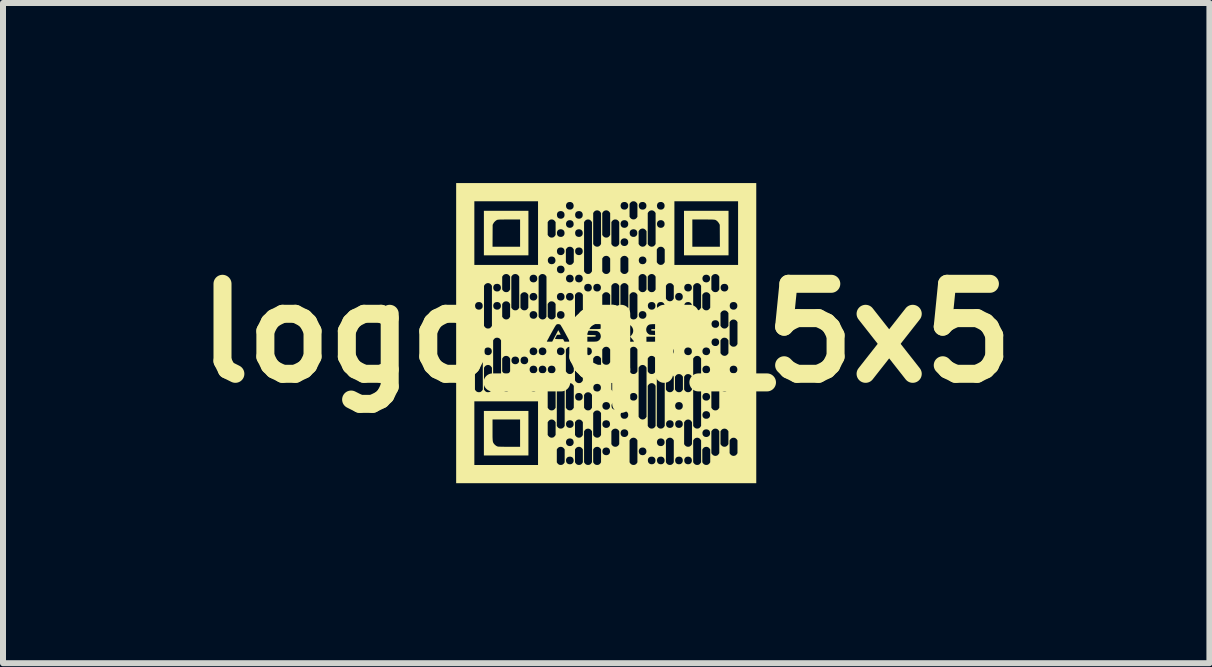
<source format=kicad_pcb>
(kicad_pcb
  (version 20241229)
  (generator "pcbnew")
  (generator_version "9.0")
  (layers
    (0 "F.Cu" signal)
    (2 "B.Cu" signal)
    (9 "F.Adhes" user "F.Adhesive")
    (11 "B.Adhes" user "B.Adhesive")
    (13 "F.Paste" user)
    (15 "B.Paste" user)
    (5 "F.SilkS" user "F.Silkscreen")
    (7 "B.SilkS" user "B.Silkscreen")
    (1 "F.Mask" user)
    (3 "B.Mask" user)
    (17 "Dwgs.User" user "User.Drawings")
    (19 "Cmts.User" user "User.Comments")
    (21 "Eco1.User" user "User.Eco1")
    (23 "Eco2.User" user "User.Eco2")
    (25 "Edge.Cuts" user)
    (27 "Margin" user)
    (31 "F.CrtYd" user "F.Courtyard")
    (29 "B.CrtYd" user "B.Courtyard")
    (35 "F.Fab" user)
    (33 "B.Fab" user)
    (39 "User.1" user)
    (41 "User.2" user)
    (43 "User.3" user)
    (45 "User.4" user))
  (footprint "logo_qr_5x5"
    (layer "F.Cu")
    (at 7.05 2.5)
    (property "Reference" "logo_qr_5x5" (at 0 0 0) (layer "F.SilkS") (effects (font (size 1.5 1.5) (thickness 0.3))))
    (attr board_only exclude_from_pos_files exclude_from_bom)
    (fp_poly (pts (xy -1.296 -1.667) (xy -1.296 -1.296) (xy -1.667 -1.296) (xy -2.038 -1.296) (xy -2.038 -1.439) (xy -1.894 -1.439) (xy -1.665 -1.439) (xy -1.435 -1.439) (xy -1.435 -1.667) (xy -1.435 -1.894) (xy -1.622 -1.893) (xy -1.665 -1.893) (xy -1.701 -1.893) (xy -1.731 -1.892) (xy -1.755 -1.892) (xy -1.774 -1.892) (xy -1.788 -1.891) (xy -1.799 -1.89) (xy -1.807 -1.889) (xy -1.813 -1.888) (xy -1.818 -1.886) (xy -1.822 -1.885) (xy -1.825 -1.883) (xy -1.849 -1.866) (xy -1.87 -1.844) (xy -1.882 -1.824) (xy -1.892 -1.804) (xy -1.893 -1.622) (xy -1.894 -1.439) (xy -2.038 -1.439) (xy -2.038 -1.667) (xy -2.038 -2.038) (xy -1.667 -2.038) (xy -1.296 -2.038)) (stroke (width 0) (type solid)) (fill yes) (layer "F.SilkS"))
    (fp_poly (pts (xy 2.038 -1.667) (xy 2.038 -1.296) (xy 1.667 -1.296) (xy 1.296 -1.296) (xy 1.296 -1.667) (xy 1.296 -1.667) (xy 1.435 -1.667) (xy 1.435 -1.439) (xy 1.665 -1.439) (xy 1.894 -1.439) (xy 1.893 -1.622) (xy 1.892 -1.804) (xy 1.882 -1.824) (xy 1.866 -1.848) (xy 1.845 -1.87) (xy 1.825 -1.883) (xy 1.821 -1.885) (xy 1.817 -1.887) (xy 1.812 -1.888) (xy 1.806 -1.889) (xy 1.797 -1.89) (xy 1.785 -1.891) (xy 1.77 -1.892) (xy 1.75 -1.892) (xy 1.725 -1.892) (xy 1.694 -1.893) (xy 1.657 -1.893) (xy 1.622 -1.893) (xy 1.435 -1.894) (xy 1.435 -1.667) (xy 1.296 -1.667) (xy 1.296 -2.038) (xy 1.667 -2.038) (xy 2.038 -2.038)) (stroke (width 0) (type solid)) (fill yes) (layer "F.SilkS"))
    (fp_poly (pts (xy -1.296 1.667) (xy -1.296 2.038) (xy -1.667 2.038) (xy -2.038 2.038) (xy -2.038 1.667) (xy -2.038 1.616) (xy -1.894 1.616) (xy -1.894 1.661) (xy -1.894 1.698) (xy -1.894 1.728) (xy -1.893 1.753) (xy -1.892 1.773) (xy -1.891 1.789) (xy -1.889 1.802) (xy -1.887 1.812) (xy -1.884 1.82) (xy -1.881 1.828) (xy -1.876 1.835) (xy -1.871 1.843) (xy -1.871 1.843) (xy -1.853 1.863) (xy -1.83 1.88) (xy -1.812 1.888) (xy -1.806 1.89) (xy -1.798 1.891) (xy -1.785 1.892) (xy -1.769 1.892) (xy -1.747 1.893) (xy -1.72 1.893) (xy -1.686 1.894) (xy -1.646 1.894) (xy -1.616 1.894) (xy -1.435 1.894) (xy -1.435 1.667) (xy -1.435 1.439) (xy -1.665 1.439) (xy -1.894 1.439) (xy -1.894 1.616) (xy -2.038 1.616) (xy -2.038 1.296) (xy -1.667 1.296) (xy -1.296 1.296)) (stroke (width 0) (type solid)) (fill yes) (layer "F.SilkS"))
    (fp_poly (pts (xy 2.5 -0.000001) (xy 2.5 2.5) (xy -0.000001 2.5) (xy -2.5 2.5) (xy -2.5 1.667) (xy -2.197 1.667) (xy -2.197 2.197) (xy -1.667 2.197) (xy -1.136 2.197) (xy -1.136 1.939) (xy -0.823 1.939) (xy -0.823 2.046) (xy -0.823 2.152) (xy -0.813 2.168) (xy -0.798 2.184) (xy -0.779 2.194) (xy -0.757 2.197) (xy -0.735 2.194) (xy -0.727 2.19) (xy -0.716 2.183) (xy -0.705 2.172) (xy -0.702 2.168) (xy -0.692 2.152) (xy -0.692 2.121) (xy -0.67 2.121) (xy -0.667 2.144) (xy -0.657 2.163) (xy -0.642 2.176) (xy -0.622 2.184) (xy -0.606 2.185) (xy -0.589 2.184) (xy -0.577 2.18) (xy -0.569 2.175) (xy -0.554 2.161) (xy -0.545 2.144) (xy -0.542 2.123) (xy -0.542 2.121) (xy -0.546 2.098) (xy -0.555 2.08) (xy -0.57 2.066) (xy -0.591 2.059) (xy -0.606 2.058) (xy -0.629 2.061) (xy -0.648 2.07) (xy -0.661 2.085) (xy -0.669 2.105) (xy -0.67 2.121) (xy -0.692 2.121) (xy -0.692 2.046) (xy -0.692 1.939) (xy -0.52 1.939) (xy -0.52 2.046) (xy -0.52 2.152) (xy -0.51 2.168) (xy -0.495 2.184) (xy -0.476 2.194) (xy -0.454 2.197) (xy -0.432 2.194) (xy -0.424 2.19) (xy -0.413 2.183) (xy -0.402 2.172) (xy -0.399 2.168) (xy -0.389 2.152) (xy -0.389 2.046) (xy -0.389 1.939) (xy -0.399 1.923) (xy -0.415 1.907) (xy -0.434 1.897) (xy -0.455 1.894) (xy -0.477 1.898) (xy -0.496 1.908) (xy -0.51 1.923) (xy -0.52 1.939) (xy -0.692 1.939) (xy -0.702 1.923) (xy -0.718 1.907) (xy -0.737 1.897) (xy -0.758 1.894) (xy -0.78 1.898) (xy -0.799 1.908) (xy -0.813 1.923) (xy -0.823 1.939) (xy -1.136 1.939) (xy -1.136 1.818) (xy -0.67 1.818) (xy -0.667 1.841) (xy -0.657 1.86) (xy -0.642 1.873) (xy -0.622 1.881) (xy -0.606 1.882) (xy -0.589 1.881) (xy -0.577 1.876) (xy -0.569 1.872) (xy -0.554 1.858) (xy -0.545 1.841) (xy -0.542 1.82) (xy -0.542 1.818) (xy -0.546 1.795) (xy -0.555 1.776) (xy -0.57 1.763) (xy -0.591 1.756) (xy -0.606 1.754) (xy -0.629 1.758) (xy -0.648 1.767) (xy -0.661 1.782) (xy -0.669 1.802) (xy -0.67 1.818) (xy -1.136 1.818) (xy -1.136 1.667) (xy -1.136 1.485) (xy -0.975 1.485) (xy -0.975 1.591) (xy -0.975 1.697) (xy -0.964 1.713) (xy -0.949 1.729) (xy -0.93 1.739) (xy -0.909 1.743) (xy -0.887 1.739) (xy -0.878 1.736) (xy -0.868 1.728) (xy -0.857 1.717) (xy -0.854 1.713) (xy -0.843 1.697) (xy -0.843 1.591) (xy -0.843 1.485) (xy -0.854 1.469) (xy -0.869 1.452) (xy -0.889 1.442) (xy -0.909 1.439) (xy -0.932 1.443) (xy -0.951 1.454) (xy -0.964 1.469) (xy -0.975 1.485) (xy -1.136 1.485) (xy -1.136 1.136) (xy -1.667 1.136) (xy -2.197 1.136) (xy -2.197 1.667) (xy -2.5 1.667) (xy -2.5 0.424) (xy -2.187 0.424) (xy -2.187 0.682) (xy -2.187 0.94) (xy -2.177 0.956) (xy -2.162 0.972) (xy -2.142 0.982) (xy -2.121 0.985) (xy -2.099 0.982) (xy -2.091 0.978) (xy -2.08 0.971) (xy -2.069 0.96) (xy -2.066 0.956) (xy -2.056 0.94) (xy -2.056 0.682) (xy -2.056 0.576) (xy -2.036 0.576) (xy -2.036 0.758) (xy -2.036 0.94) (xy -2.025 0.956) (xy -2.01 0.972) (xy -1.991 0.982) (xy -1.97 0.985) (xy -1.948 0.982) (xy -1.939 0.978) (xy -1.928 0.971) (xy -1.918 0.96) (xy -1.915 0.956) (xy -1.904 0.94) (xy -1.904 0.909) (xy -1.731 0.909) (xy -1.727 0.932) (xy -1.718 0.951) (xy -1.703 0.964) (xy -1.683 0.971) (xy -1.667 0.973) (xy -1.65 0.972) (xy -1.637 0.967) (xy -1.63 0.963) (xy -1.615 0.949) (xy -1.606 0.932) (xy -1.603 0.911) (xy -1.603 0.909) (xy -1.603 0.909) (xy -1.276 0.909) (xy -1.273 0.932) (xy -1.263 0.951) (xy -1.248 0.964) (xy -1.228 0.971) (xy -1.212 0.973) (xy -1.196 0.972) (xy -1.183 0.967) (xy -1.175 0.963) (xy -1.16 0.949) (xy -1.151 0.932) (xy -1.148 0.911) (xy -1.148 0.909) (xy -1.152 0.886) (xy -1.155 0.879) (xy -0.975 0.879) (xy -0.975 1.061) (xy -0.975 1.243) (xy -0.964 1.259) (xy -0.949 1.275) (xy -0.93 1.285) (xy -0.909 1.288) (xy -0.887 1.285) (xy -0.878 1.281) (xy -0.868 1.274) (xy -0.857 1.263) (xy -0.854 1.259) (xy -0.843 1.243) (xy -0.843 1.061) (xy -0.843 0.879) (xy -0.823 0.879) (xy -0.823 1.212) (xy -0.823 1.546) (xy -0.813 1.562) (xy -0.798 1.578) (xy -0.779 1.588) (xy -0.757 1.591) (xy -0.735 1.588) (xy -0.727 1.584) (xy -0.716 1.577) (xy -0.705 1.566) (xy -0.702 1.562) (xy -0.692 1.546) (xy -0.692 1.515) (xy -0.67 1.515) (xy -0.667 1.538) (xy -0.657 1.557) (xy -0.642 1.57) (xy -0.622 1.578) (xy -0.606 1.579) (xy -0.589 1.578) (xy -0.577 1.573) (xy -0.569 1.569) (xy -0.554 1.555) (xy -0.545 1.538) (xy -0.542 1.517) (xy -0.542 1.515) (xy -0.546 1.492) (xy -0.549 1.485) (xy -0.52 1.485) (xy -0.52 1.591) (xy -0.52 1.697) (xy -0.51 1.713) (xy -0.495 1.729) (xy -0.476 1.739) (xy -0.454 1.743) (xy -0.432 1.739) (xy -0.424 1.736) (xy -0.413 1.728) (xy -0.402 1.717) (xy -0.399 1.713) (xy -0.389 1.697) (xy -0.389 1.636) (xy -0.369 1.636) (xy -0.369 1.894) (xy -0.369 2.152) (xy -0.358 2.168) (xy -0.343 2.184) (xy -0.324 2.194) (xy -0.303 2.197) (xy -0.281 2.194) (xy -0.272 2.19) (xy -0.261 2.183) (xy -0.251 2.172) (xy -0.248 2.168) (xy -0.237 2.152) (xy -0.237 1.939) (xy -0.217 1.939) (xy -0.217 2.046) (xy -0.217 2.152) (xy -0.207 2.168) (xy -0.192 2.184) (xy -0.173 2.194) (xy -0.151 2.197) (xy -0.129 2.194) (xy -0.121 2.19) (xy -0.11 2.183) (xy -0.099 2.172) (xy -0.096 2.168) (xy -0.086 2.152) (xy -0.086 2.046) (xy -0.086 1.969) (xy -0.064 1.969) (xy -0.061 1.993) (xy -0.051 2.011) (xy -0.036 2.025) (xy -0.016 2.032) (xy 0.00007 2.034) (xy 0.017 2.032) (xy 0.029 2.028) (xy 0.037 2.024) (xy 0.052 2.01) (xy 0.061 1.993) (xy 0.064 1.971) (xy 0.064 1.97) (xy 0.06 1.947) (xy 0.051 1.928) (xy 0.036 1.915) (xy 0.015 1.907) (xy 0.00007 1.906) (xy -0.023 1.909) (xy -0.042 1.919) (xy -0.055 1.934) (xy -0.062 1.954) (xy -0.064 1.969) (xy -0.086 1.969) (xy -0.086 1.939) (xy -0.096 1.923) (xy -0.112 1.907) (xy -0.131 1.897) (xy -0.152 1.894) (xy -0.174 1.898) (xy -0.193 1.908) (xy -0.207 1.923) (xy -0.217 1.939) (xy -0.237 1.939) (xy -0.237 1.894) (xy -0.237 1.636) (xy -0.248 1.62) (xy -0.263 1.604) (xy -0.283 1.594) (xy -0.303 1.591) (xy -0.326 1.595) (xy -0.345 1.605) (xy -0.358 1.62) (xy -0.369 1.636) (xy -0.389 1.636) (xy -0.389 1.591) (xy -0.389 1.485) (xy -0.399 1.469) (xy -0.415 1.452) (xy -0.434 1.442) (xy -0.455 1.439) (xy -0.477 1.443) (xy -0.496 1.454) (xy -0.51 1.469) (xy -0.52 1.485) (xy -0.549 1.485) (xy -0.555 1.473) (xy -0.57 1.46) (xy -0.591 1.453) (xy -0.606 1.451) (xy -0.629 1.455) (xy -0.648 1.464) (xy -0.661 1.479) (xy -0.669 1.499) (xy -0.67 1.515) (xy -0.692 1.515) (xy -0.692 1.333) (xy -0.217 1.333) (xy -0.217 1.515) (xy -0.217 1.697) (xy -0.207 1.713) (xy -0.192 1.729) (xy -0.173 1.739) (xy -0.151 1.743) (xy -0.129 1.739) (xy -0.121 1.736) (xy -0.11 1.728) (xy -0.099 1.717) (xy -0.096 1.713) (xy -0.086 1.697) (xy -0.086 1.636) (xy 0.086 1.636) (xy 0.086 1.743) (xy 0.086 1.849) (xy 0.096 1.865) (xy 0.111 1.881) (xy 0.13 1.891) (xy 0.152 1.894) (xy 0.174 1.891) (xy 0.182 1.887) (xy 0.193 1.88) (xy 0.204 1.869) (xy 0.207 1.865) (xy 0.217 1.849) (xy 0.217 1.788) (xy 0.389 1.788) (xy 0.389 1.97) (xy 0.389 2.152) (xy 0.399 2.168) (xy 0.414 2.184) (xy 0.433 2.194) (xy 0.455 2.197) (xy 0.477 2.194) (xy 0.485 2.19) (xy 0.496 2.183) (xy 0.507 2.172) (xy 0.51 2.168) (xy 0.52 2.152) (xy 0.52 2.121) (xy 0.694 2.121) (xy 0.697 2.144) (xy 0.707 2.163) (xy 0.722 2.176) (xy 0.742 2.184) (xy 0.758 2.185) (xy 0.774 2.184) (xy 0.787 2.18) (xy 0.795 2.175) (xy 0.81 2.161) (xy 0.818 2.144) (xy 0.821 2.123) (xy 0.821 2.121) (xy 0.821 2.121) (xy 0.845 2.121) (xy 0.849 2.144) (xy 0.858 2.163) (xy 0.873 2.176) (xy 0.893 2.184) (xy 0.909 2.185) (xy 0.926 2.184) (xy 0.939 2.18) (xy 0.946 2.175) (xy 0.961 2.161) (xy 0.97 2.144) (xy 0.973 2.123) (xy 0.973 2.121) (xy 0.97 2.098) (xy 0.96 2.08) (xy 0.945 2.066) (xy 0.925 2.059) (xy 0.909 2.058) (xy 0.886 2.061) (xy 0.867 2.07) (xy 0.854 2.085) (xy 0.847 2.105) (xy 0.845 2.121) (xy 0.821 2.121) (xy 0.818 2.098) (xy 0.809 2.08) (xy 0.793 2.066) (xy 0.773 2.059) (xy 0.758 2.058) (xy 0.734 2.061) (xy 0.716 2.07) (xy 0.702 2.085) (xy 0.695 2.105) (xy 0.694 2.121) (xy 0.52 2.121) (xy 0.52 1.97) (xy 0.52 1.969) (xy 0.542 1.969) (xy 0.546 1.993) (xy 0.555 2.011) (xy 0.57 2.025) (xy 0.59 2.032) (xy 0.606 2.034) (xy 0.623 2.032) (xy 0.636 2.028) (xy 0.643 2.024) (xy 0.658 2.01) (xy 0.667 1.993) (xy 0.67 1.971) (xy 0.67 1.97) (xy 0.667 1.947) (xy 0.657 1.928) (xy 0.642 1.915) (xy 0.622 1.907) (xy 0.606 1.906) (xy 0.583 1.909) (xy 0.564 1.919) (xy 0.551 1.934) (xy 0.544 1.954) (xy 0.542 1.969) (xy 0.52 1.969) (xy 0.52 1.818) (xy 0.845 1.818) (xy 0.849 1.841) (xy 0.858 1.86) (xy 0.873 1.873) (xy 0.893 1.881) (xy 0.909 1.882) (xy 0.926 1.881) (xy 0.939 1.876) (xy 0.946 1.872) (xy 0.961 1.858) (xy 0.97 1.841) (xy 0.973 1.82) (xy 0.973 1.818) (xy 0.97 1.795) (xy 0.966 1.788) (xy 0.995 1.788) (xy 0.995 1.97) (xy 0.995 2.152) (xy 1.005 2.168) (xy 1.02 2.184) (xy 1.04 2.194) (xy 1.061 2.197) (xy 1.083 2.194) (xy 1.091 2.19) (xy 1.102 2.183) (xy 1.113 2.172) (xy 1.116 2.168) (xy 1.126 2.152) (xy 1.126 2.121) (xy 1.148 2.121) (xy 1.152 2.144) (xy 1.161 2.163) (xy 1.176 2.176) (xy 1.196 2.184) (xy 1.212 2.185) (xy 1.229 2.184) (xy 1.242 2.18) (xy 1.249 2.175) (xy 1.264 2.161) (xy 1.273 2.144) (xy 1.276 2.123) (xy 1.276 2.121) (xy 1.276 2.121) (xy 1.3 2.121) (xy 1.303 2.144) (xy 1.313 2.163) (xy 1.328 2.176) (xy 1.348 2.184) (xy 1.364 2.185) (xy 1.38 2.184) (xy 1.393 2.18) (xy 1.401 2.175) (xy 1.416 2.161) (xy 1.425 2.144) (xy 1.427 2.123) (xy 1.428 2.121) (xy 1.424 2.098) (xy 1.415 2.08) (xy 1.399 2.066) (xy 1.379 2.059) (xy 1.364 2.058) (xy 1.34 2.061) (xy 1.322 2.07) (xy 1.309 2.085) (xy 1.301 2.105) (xy 1.3 2.121) (xy 1.276 2.121) (xy 1.273 2.098) (xy 1.263 2.08) (xy 1.248 2.066) (xy 1.228 2.059) (xy 1.212 2.058) (xy 1.189 2.061) (xy 1.17 2.07) (xy 1.157 2.085) (xy 1.15 2.105) (xy 1.148 2.121) (xy 1.126 2.121) (xy 1.126 1.97) (xy 1.126 1.788) (xy 1.116 1.772) (xy 1.101 1.756) (xy 1.083 1.746) (xy 1.063 1.742) (xy 1.042 1.745) (xy 1.024 1.753) (xy 1.008 1.768) (xy 1.005 1.772) (xy 0.995 1.788) (xy 0.966 1.788) (xy 0.96 1.776) (xy 0.945 1.763) (xy 0.925 1.756) (xy 0.909 1.754) (xy 0.886 1.758) (xy 0.867 1.767) (xy 0.854 1.782) (xy 0.847 1.802) (xy 0.845 1.818) (xy 0.52 1.818) (xy 0.52 1.788) (xy 0.51 1.772) (xy 0.495 1.756) (xy 0.477 1.746) (xy 0.456 1.742) (xy 0.436 1.745) (xy 0.417 1.753) (xy 0.402 1.768) (xy 0.399 1.772) (xy 0.389 1.788) (xy 0.217 1.788) (xy 0.217 1.743) (xy 0.217 1.666) (xy 0.239 1.666) (xy 0.243 1.69) (xy 0.252 1.708) (xy 0.267 1.722) (xy 0.287 1.729) (xy 0.303 1.731) (xy 0.32 1.729) (xy 0.333 1.725) (xy 0.34 1.72) (xy 0.355 1.707) (xy 0.364 1.69) (xy 0.367 1.668) (xy 0.367 1.667) (xy 0.364 1.643) (xy 0.354 1.625) (xy 0.339 1.612) (xy 0.319 1.604) (xy 0.303 1.603) (xy 0.28 1.606) (xy 0.261 1.616) (xy 0.248 1.631) (xy 0.241 1.651) (xy 0.239 1.666) (xy 0.217 1.666) (xy 0.217 1.636) (xy 0.207 1.62) (xy 0.191 1.604) (xy 0.172 1.594) (xy 0.152 1.591) (xy 0.129 1.595) (xy 0.11 1.605) (xy 0.096 1.62) (xy 0.086 1.636) (xy -0.086 1.636) (xy -0.086 1.515) (xy -0.086 1.515) (xy -0.064 1.515) (xy -0.061 1.538) (xy -0.051 1.557) (xy -0.036 1.57) (xy -0.016 1.578) (xy 0.00007 1.579) (xy 0.017 1.578) (xy 0.029 1.573) (xy 0.037 1.569) (xy 0.052 1.555) (xy 0.061 1.538) (xy 0.064 1.517) (xy 0.064 1.515) (xy 0.06 1.492) (xy 0.051 1.473) (xy 0.036 1.46) (xy 0.015 1.453) (xy 0.00007 1.451) (xy -0.023 1.455) (xy -0.042 1.464) (xy -0.055 1.479) (xy -0.062 1.499) (xy -0.064 1.515) (xy -0.086 1.515) (xy -0.086 1.363) (xy 0.239 1.363) (xy 0.243 1.387) (xy 0.252 1.405) (xy 0.267 1.419) (xy 0.287 1.426) (xy 0.303 1.427) (xy 0.32 1.426) (xy 0.333 1.422) (xy 0.34 1.417) (xy 0.355 1.404) (xy 0.364 1.387) (xy 0.367 1.365) (xy 0.367 1.364) (xy 0.364 1.34) (xy 0.354 1.322) (xy 0.339 1.309) (xy 0.319 1.301) (xy 0.303 1.3) (xy 0.28 1.303) (xy 0.261 1.313) (xy 0.248 1.328) (xy 0.241 1.348) (xy 0.239 1.363) (xy -0.086 1.363) (xy -0.086 1.333) (xy -0.096 1.317) (xy -0.112 1.301) (xy -0.131 1.291) (xy -0.152 1.288) (xy -0.174 1.292) (xy -0.193 1.302) (xy -0.207 1.317) (xy -0.217 1.333) (xy -0.692 1.333) (xy -0.692 1.212) (xy -0.692 0.879) (xy -0.672 0.879) (xy -0.672 1.061) (xy -0.672 1.243) (xy -0.661 1.259) (xy -0.646 1.275) (xy -0.627 1.285) (xy -0.606 1.288) (xy -0.584 1.285) (xy -0.575 1.281) (xy -0.565 1.274) (xy -0.554 1.263) (xy -0.551 1.259) (xy -0.54 1.243) (xy -0.54 1.061) (xy -0.54 1.06) (xy -0.518 1.06) (xy -0.515 1.084) (xy -0.506 1.102) (xy -0.491 1.116) (xy -0.47 1.123) (xy -0.454 1.124) (xy -0.438 1.123) (xy -0.425 1.119) (xy -0.418 1.114) (xy -0.402 1.101) (xy -0.394 1.084) (xy -0.391 1.062) (xy -0.391 1.061) (xy -0.394 1.037) (xy -0.398 1.03) (xy -0.369 1.03) (xy -0.369 1.136) (xy -0.369 1.243) (xy -0.358 1.259) (xy -0.343 1.275) (xy -0.324 1.285) (xy -0.303 1.288) (xy -0.281 1.285) (xy -0.272 1.281) (xy -0.261 1.274) (xy -0.251 1.263) (xy -0.248 1.259) (xy -0.237 1.243) (xy -0.237 1.212) (xy -0.064 1.212) (xy -0.061 1.235) (xy -0.051 1.254) (xy -0.036 1.267) (xy -0.016 1.275) (xy 0.00007 1.276) (xy 0.017 1.275) (xy 0.029 1.27) (xy 0.037 1.266) (xy 0.052 1.252) (xy 0.061 1.235) (xy 0.064 1.214) (xy 0.064 1.212) (xy 0.064 1.212) (xy 0.088 1.212) (xy 0.091 1.235) (xy 0.1 1.254) (xy 0.116 1.267) (xy 0.136 1.275) (xy 0.152 1.276) (xy 0.168 1.275) (xy 0.181 1.27) (xy 0.188 1.266) (xy 0.204 1.252) (xy 0.212 1.235) (xy 0.215 1.214) (xy 0.215 1.212) (xy 0.212 1.189) (xy 0.202 1.17) (xy 0.187 1.157) (xy 0.167 1.15) (xy 0.152 1.148) (xy 0.128 1.152) (xy 0.11 1.161) (xy 0.096 1.176) (xy 0.089 1.196) (xy 0.088 1.212) (xy 0.064 1.212) (xy 0.06 1.189) (xy 0.051 1.17) (xy 0.036 1.157) (xy 0.015 1.15) (xy 0.00007 1.148) (xy -0.023 1.152) (xy -0.042 1.161) (xy -0.055 1.176) (xy -0.062 1.196) (xy -0.064 1.212) (xy -0.237 1.212) (xy -0.237 1.136) (xy -0.237 1.03) (xy -0.248 1.014) (xy -0.263 0.998) (xy -0.283 0.988) (xy -0.303 0.985) (xy -0.326 0.989) (xy -0.345 0.999) (xy -0.358 1.014) (xy -0.369 1.03) (xy -0.398 1.03) (xy -0.404 1.019) (xy -0.419 1.006) (xy -0.439 0.998) (xy -0.454 0.997) (xy -0.478 1) (xy -0.497 1.009) (xy -0.51 1.024) (xy -0.517 1.045) (xy -0.518 1.06) (xy -0.54 1.06) (xy -0.54 0.909) (xy -0.215 0.909) (xy -0.212 0.932) (xy -0.203 0.951) (xy -0.188 0.964) (xy -0.167 0.971) (xy -0.151 0.973) (xy -0.135 0.972) (xy -0.122 0.967) (xy -0.115 0.963) (xy -0.099 0.949) (xy -0.091 0.932) (xy -0.088 0.911) (xy -0.088 0.909) (xy -0.091 0.886) (xy -0.101 0.867) (xy -0.116 0.854) (xy -0.136 0.847) (xy -0.151 0.845) (xy -0.175 0.849) (xy -0.193 0.858) (xy -0.207 0.873) (xy -0.214 0.893) (xy -0.215 0.909) (xy -0.54 0.909) (xy -0.54 0.879) (xy -0.551 0.863) (xy -0.566 0.846) (xy -0.586 0.836) (xy -0.606 0.833) (xy -0.629 0.837) (xy -0.648 0.848) (xy -0.661 0.863) (xy -0.672 0.879) (xy -0.692 0.879) (xy -0.702 0.863) (xy -0.718 0.846) (xy -0.737 0.836) (xy -0.758 0.833) (xy -0.78 0.837) (xy -0.799 0.848) (xy -0.813 0.863) (xy -0.823 0.879) (xy -0.843 0.879) (xy -0.854 0.863) (xy -0.869 0.846) (xy -0.889 0.836) (xy -0.909 0.833) (xy -0.932 0.837) (xy -0.951 0.848) (xy -0.964 0.863) (xy -0.975 0.879) (xy -1.155 0.879) (xy -1.161 0.867) (xy -1.176 0.854) (xy -1.197 0.847) (xy -1.212 0.845) (xy -1.236 0.849) (xy -1.254 0.858) (xy -1.267 0.873) (xy -1.275 0.893) (xy -1.276 0.909) (xy -1.603 0.909) (xy -1.606 0.886) (xy -1.616 0.867) (xy -1.631 0.854) (xy -1.651 0.847) (xy -1.667 0.845) (xy -1.69 0.849) (xy -1.709 0.858) (xy -1.722 0.873) (xy -1.729 0.893) (xy -1.731 0.909) (xy -1.904 0.909) (xy -1.904 0.758) (xy -1.904 0.576) (xy -1.915 0.56) (xy -1.93 0.543) (xy -1.95 0.533) (xy -1.97 0.53) (xy -1.992 0.534) (xy -2.012 0.545) (xy -2.025 0.56) (xy -2.036 0.576) (xy -2.056 0.576) (xy -2.056 0.424) (xy -2.066 0.408) (xy -2.082 0.392) (xy -2.101 0.382) (xy -2.121 0.379) (xy -2.144 0.382) (xy -2.163 0.393) (xy -2.177 0.408) (xy -2.187 0.424) (xy -2.5 0.424) (xy -2.5 0.303) (xy -2.034 0.303) (xy -2.03 0.326) (xy -2.021 0.345) (xy -2.006 0.358) (xy -1.986 0.365) (xy -1.97 0.367) (xy -1.953 0.366) (xy -1.94 0.361) (xy -1.933 0.357) (xy -1.918 0.343) (xy -1.909 0.326) (xy -1.906 0.305) (xy -1.906 0.303) (xy -1.909 0.28) (xy -1.919 0.261) (xy -1.934 0.248) (xy -1.954 0.241) (xy -1.97 0.239) (xy -1.993 0.242) (xy -2.012 0.252) (xy -2.025 0.267) (xy -2.032 0.287) (xy -2.034 0.303) (xy -2.5 0.303) (xy -2.5 0.121) (xy -1.884 0.121) (xy -1.884 0.455) (xy -1.884 0.788) (xy -1.874 0.804) (xy -1.858 0.82) (xy -1.839 0.83) (xy -1.818 0.834) (xy -1.796 0.83) (xy -1.788 0.827) (xy -1.777 0.819) (xy -1.766 0.808) (xy -1.763 0.804) (xy -1.752 0.788) (xy -1.752 0.757) (xy -1.579 0.757) (xy -1.576 0.781) (xy -1.566 0.799) (xy -1.551 0.813) (xy -1.531 0.82) (xy -1.515 0.821) (xy -1.499 0.82) (xy -1.486 0.816) (xy -1.478 0.811) (xy -1.463 0.798) (xy -1.454 0.781) (xy -1.451 0.759) (xy -1.451 0.758) (xy -1.451 0.757) (xy -1.427 0.757) (xy -1.424 0.781) (xy -1.415 0.799) (xy -1.4 0.813) (xy -1.379 0.82) (xy -1.364 0.821) (xy -1.347 0.82) (xy -1.334 0.816) (xy -1.327 0.811) (xy -1.312 0.798) (xy -1.303 0.781) (xy -1.3 0.759) (xy -1.3 0.758) (xy -1.303 0.734) (xy -1.313 0.716) (xy -1.328 0.703) (xy -1.348 0.695) (xy -1.364 0.694) (xy -1.387 0.697) (xy -1.406 0.706) (xy -1.419 0.721) (xy -1.426 0.742) (xy -1.427 0.757) (xy -1.451 0.757) (xy -1.455 0.734) (xy -1.464 0.716) (xy -1.479 0.703) (xy -1.5 0.695) (xy -1.515 0.694) (xy -1.539 0.697) (xy -1.557 0.706) (xy -1.57 0.721) (xy -1.578 0.742) (xy -1.579 0.757) (xy -1.752 0.757) (xy -1.752 0.455) (xy -1.752 0.424) (xy -1.733 0.424) (xy -1.733 0.53) (xy -1.733 0.637) (xy -1.722 0.653) (xy -1.707 0.669) (xy -1.688 0.679) (xy -1.667 0.682) (xy -1.645 0.679) (xy -1.636 0.675) (xy -1.625 0.668) (xy -1.615 0.657) (xy -1.612 0.653) (xy -1.601 0.637) (xy -1.601 0.606) (xy -1.276 0.606) (xy -1.273 0.629) (xy -1.263 0.648) (xy -1.248 0.661) (xy -1.228 0.668) (xy -1.212 0.67) (xy -1.196 0.669) (xy -1.183 0.664) (xy -1.175 0.66) (xy -1.16 0.646) (xy -1.151 0.629) (xy -1.148 0.608) (xy -1.148 0.606) (xy -1.148 0.606) (xy -1.124 0.606) (xy -1.121 0.629) (xy -1.112 0.648) (xy -1.097 0.661) (xy -1.076 0.668) (xy -1.061 0.67) (xy -1.044 0.669) (xy -1.031 0.664) (xy -1.024 0.66) (xy -1.009 0.646) (xy -1 0.629) (xy -0.997 0.608) (xy -0.997 0.606) (xy -0.997 0.606) (xy -0.973 0.606) (xy -0.97 0.629) (xy -0.96 0.648) (xy -0.945 0.661) (xy -0.925 0.668) (xy -0.909 0.67) (xy -0.893 0.669) (xy -0.88 0.664) (xy -0.872 0.66) (xy -0.857 0.646) (xy -0.848 0.629) (xy -0.845 0.608) (xy -0.845 0.606) (xy -0.849 0.583) (xy -0.858 0.564) (xy -0.873 0.551) (xy -0.894 0.544) (xy -0.909 0.542) (xy -0.933 0.546) (xy -0.951 0.555) (xy -0.964 0.57) (xy -0.972 0.59) (xy -0.973 0.606) (xy -0.997 0.606) (xy -1 0.583) (xy -1.01 0.564) (xy -1.025 0.551) (xy -1.045 0.544) (xy -1.061 0.542) (xy -1.084 0.546) (xy -1.103 0.555) (xy -1.116 0.57) (xy -1.123 0.59) (xy -1.124 0.606) (xy -1.148 0.606) (xy -1.152 0.583) (xy -1.161 0.564) (xy -1.176 0.551) (xy -1.197 0.544) (xy -1.212 0.542) (xy -1.236 0.546) (xy -1.254 0.555) (xy -1.267 0.57) (xy -1.275 0.59) (xy -1.276 0.606) (xy -1.601 0.606) (xy -1.601 0.53) (xy -1.601 0.454) (xy -1.579 0.454) (xy -1.576 0.478) (xy -1.566 0.496) (xy -1.551 0.509) (xy -1.531 0.517) (xy -1.515 0.518) (xy -1.499 0.517) (xy -1.486 0.513) (xy -1.478 0.508) (xy -1.463 0.495) (xy -1.454 0.478) (xy -1.451 0.456) (xy -1.451 0.455) (xy -1.451 0.454) (xy -1.427 0.454) (xy -1.424 0.478) (xy -1.415 0.496) (xy -1.4 0.509) (xy -1.379 0.517) (xy -1.364 0.518) (xy -1.347 0.517) (xy -1.334 0.513) (xy -1.327 0.508) (xy -1.312 0.495) (xy -1.303 0.478) (xy -1.3 0.456) (xy -1.3 0.455) (xy -1.303 0.431) (xy -1.313 0.413) (xy -1.328 0.4) (xy -1.348 0.392) (xy -1.364 0.391) (xy -1.387 0.394) (xy -1.406 0.403) (xy -1.419 0.418) (xy -1.426 0.439) (xy -1.427 0.454) (xy -1.451 0.454) (xy -1.455 0.431) (xy -1.464 0.413) (xy -1.479 0.4) (xy -1.5 0.392) (xy -1.515 0.391) (xy -1.539 0.394) (xy -1.557 0.403) (xy -1.57 0.418) (xy -1.578 0.439) (xy -1.579 0.454) (xy -1.601 0.454) (xy -1.601 0.424) (xy -1.612 0.408) (xy -1.627 0.392) (xy -1.647 0.382) (xy -1.667 0.379) (xy -1.689 0.382) (xy -1.709 0.393) (xy -1.722 0.408) (xy -1.733 0.424) (xy -1.752 0.424) (xy -1.752 0.303) (xy -1.276 0.303) (xy -1.273 0.326) (xy -1.263 0.345) (xy -1.248 0.358) (xy -1.228 0.365) (xy -1.212 0.367) (xy -1.196 0.366) (xy -1.183 0.361) (xy -1.175 0.357) (xy -1.16 0.343) (xy -1.151 0.326) (xy -1.148 0.305) (xy -1.148 0.303) (xy -1.148 0.303) (xy -1.124 0.303) (xy -1.121 0.326) (xy -1.112 0.345) (xy -1.097 0.358) (xy -1.076 0.365) (xy -1.061 0.367) (xy -1.044 0.366) (xy -1.031 0.361) (xy -1.024 0.357) (xy -1.009 0.343) (xy -1 0.326) (xy -0.997 0.305) (xy -0.997 0.303) (xy -0.997 0.303) (xy -0.821 0.303) (xy -0.818 0.326) (xy -0.809 0.345) (xy -0.794 0.358) (xy -0.773 0.365) (xy -0.758 0.367) (xy -0.741 0.366) (xy -0.728 0.361) (xy -0.721 0.357) (xy -0.705 0.343) (xy -0.697 0.326) (xy -0.694 0.305) (xy -0.694 0.303) (xy -0.697 0.28) (xy -0.701 0.273) (xy -0.672 0.273) (xy -0.672 0.455) (xy -0.672 0.637) (xy -0.661 0.653) (xy -0.646 0.669) (xy -0.627 0.679) (xy -0.606 0.682) (xy -0.584 0.679) (xy -0.575 0.675) (xy -0.565 0.668) (xy -0.554 0.657) (xy -0.551 0.653) (xy -0.54 0.637) (xy -0.54 0.576) (xy -0.52 0.576) (xy -0.52 0.682) (xy -0.52 0.788) (xy -0.51 0.804) (xy -0.495 0.82) (xy -0.476 0.83) (xy -0.454 0.834) (xy -0.432 0.83) (xy -0.424 0.827) (xy -0.413 0.819) (xy -0.402 0.808) (xy -0.399 0.804) (xy -0.389 0.788) (xy -0.389 0.682) (xy -0.389 0.606) (xy -0.367 0.606) (xy -0.364 0.629) (xy -0.354 0.648) (xy -0.339 0.661) (xy -0.319 0.668) (xy -0.303 0.67) (xy -0.286 0.669) (xy -0.274 0.664) (xy -0.266 0.66) (xy -0.251 0.646) (xy -0.242 0.629) (xy -0.239 0.608) (xy -0.239 0.606) (xy -0.243 0.583) (xy -0.252 0.564) (xy -0.267 0.551) (xy -0.288 0.544) (xy -0.303 0.542) (xy -0.326 0.546) (xy -0.345 0.555) (xy -0.358 0.57) (xy -0.365 0.59) (xy -0.367 0.606) (xy -0.389 0.606) (xy -0.389 0.576) (xy -0.399 0.56) (xy -0.415 0.543) (xy -0.434 0.533) (xy -0.455 0.53) (xy -0.477 0.534) (xy -0.496 0.545) (xy -0.51 0.56) (xy -0.52 0.576) (xy -0.54 0.576) (xy -0.54 0.455) (xy -0.54 0.424) (xy -0.217 0.424) (xy -0.217 0.53) (xy -0.217 0.637) (xy -0.207 0.653) (xy -0.192 0.669) (xy -0.173 0.679) (xy -0.151 0.682) (xy -0.129 0.679) (xy -0.121 0.675) (xy -0.11 0.668) (xy -0.099 0.657) (xy -0.096 0.653) (xy -0.086 0.637) (xy -0.086 0.576) (xy 0.086 0.576) (xy 0.086 0.758) (xy 0.086 0.94) (xy 0.096 0.956) (xy 0.111 0.972) (xy 0.13 0.982) (xy 0.152 0.985) (xy 0.174 0.982) (xy 0.182 0.978) (xy 0.193 0.971) (xy 0.204 0.96) (xy 0.207 0.956) (xy 0.217 0.94) (xy 0.217 0.879) (xy 0.237 0.879) (xy 0.237 0.985) (xy 0.237 1.091) (xy 0.248 1.107) (xy 0.263 1.123) (xy 0.282 1.133) (xy 0.303 1.137) (xy 0.325 1.133) (xy 0.334 1.13) (xy 0.345 1.122) (xy 0.355 1.111) (xy 0.358 1.107) (xy 0.369 1.091) (xy 0.369 1.06) (xy 0.391 1.06) (xy 0.394 1.084) (xy 0.403 1.102) (xy 0.419 1.116) (xy 0.439 1.123) (xy 0.455 1.124) (xy 0.471 1.123) (xy 0.484 1.119) (xy 0.491 1.114) (xy 0.507 1.101) (xy 0.515 1.084) (xy 0.518 1.062) (xy 0.518 1.061) (xy 0.515 1.037) (xy 0.506 1.019) (xy 0.49 1.006) (xy 0.47 0.998) (xy 0.455 0.997) (xy 0.431 1) (xy 0.413 1.009) (xy 0.399 1.024) (xy 0.392 1.045) (xy 0.391 1.06) (xy 0.369 1.06) (xy 0.369 0.985) (xy 0.369 0.879) (xy 0.358 0.863) (xy 0.343 0.846) (xy 0.323 0.836) (xy 0.303 0.833) (xy 0.28 0.837) (xy 0.261 0.848) (xy 0.248 0.863) (xy 0.237 0.879) (xy 0.217 0.879) (xy 0.217 0.758) (xy 0.217 0.606) (xy 0.239 0.606) (xy 0.243 0.629) (xy 0.252 0.648) (xy 0.267 0.661) (xy 0.287 0.668) (xy 0.303 0.67) (xy 0.32 0.669) (xy 0.333 0.664) (xy 0.34 0.66) (xy 0.355 0.646) (xy 0.364 0.629) (xy 0.367 0.608) (xy 0.367 0.606) (xy 0.364 0.583) (xy 0.354 0.564) (xy 0.339 0.551) (xy 0.319 0.544) (xy 0.303 0.542) (xy 0.28 0.546) (xy 0.261 0.555) (xy 0.248 0.57) (xy 0.241 0.59) (xy 0.239 0.606) (xy 0.217 0.606) (xy 0.217 0.576) (xy 0.207 0.56) (xy 0.191 0.543) (xy 0.172 0.533) (xy 0.152 0.53) (xy 0.129 0.534) (xy 0.11 0.545) (xy 0.096 0.56) (xy 0.086 0.576) (xy -0.086 0.576) (xy -0.086 0.53) (xy -0.086 0.424) (xy -0.096 0.408) (xy -0.112 0.392) (xy -0.131 0.382) (xy -0.152 0.379) (xy -0.174 0.382) (xy -0.193 0.393) (xy -0.207 0.408) (xy -0.217 0.424) (xy -0.54 0.424) (xy -0.54 0.303) (xy -0.367 0.303) (xy -0.364 0.326) (xy -0.354 0.345) (xy -0.339 0.358) (xy -0.319 0.365) (xy -0.303 0.367) (xy -0.286 0.366) (xy -0.274 0.361) (xy -0.266 0.357) (xy -0.251 0.343) (xy -0.242 0.326) (xy -0.239 0.305) (xy -0.239 0.303) (xy -0.243 0.28) (xy -0.246 0.273) (xy -0.066 0.273) (xy -0.066 0.379) (xy -0.066 0.485) (xy -0.055 0.501) (xy -0.04 0.517) (xy -0.021 0.527) (xy 0.00021 0.531) (xy 0.022 0.527) (xy 0.031 0.524) (xy 0.042 0.516) (xy 0.052 0.505) (xy 0.055 0.501) (xy 0.066 0.485) (xy 0.066 0.379) (xy 0.066 0.303) (xy 0.239 0.303) (xy 0.243 0.326) (xy 0.252 0.345) (xy 0.267 0.358) (xy 0.287 0.365) (xy 0.303 0.367) (xy 0.32 0.366) (xy 0.333 0.361) (xy 0.34 0.357) (xy 0.355 0.343) (xy 0.364 0.326) (xy 0.367 0.305) (xy 0.367 0.303) (xy 0.364 0.28) (xy 0.36 0.273) (xy 0.389 0.273) (xy 0.389 0.455) (xy 0.389 0.637) (xy 0.399 0.653) (xy 0.414 0.669) (xy 0.433 0.679) (xy 0.455 0.682) (xy 0.477 0.679) (xy 0.485 0.675) (xy 0.496 0.668) (xy 0.507 0.657) (xy 0.51 0.653) (xy 0.52 0.637) (xy 0.52 0.576) (xy 0.54 0.576) (xy 0.54 0.985) (xy 0.54 1.394) (xy 0.551 1.41) (xy 0.566 1.426) (xy 0.585 1.436) (xy 0.606 1.44) (xy 0.628 1.436) (xy 0.637 1.433) (xy 0.648 1.425) (xy 0.658 1.414) (xy 0.661 1.41) (xy 0.672 1.394) (xy 0.672 0.985) (xy 0.672 0.879) (xy 0.692 0.879) (xy 0.692 1.212) (xy 0.692 1.546) (xy 0.702 1.562) (xy 0.717 1.578) (xy 0.736 1.588) (xy 0.758 1.591) (xy 0.78 1.588) (xy 0.788 1.584) (xy 0.799 1.577) (xy 0.81 1.566) (xy 0.813 1.562) (xy 0.823 1.546) (xy 0.823 1.212) (xy 0.823 0.879) (xy 0.813 0.863) (xy 0.797 0.846) (xy 0.778 0.836) (xy 0.758 0.833) (xy 0.735 0.837) (xy 0.716 0.848) (xy 0.702 0.863) (xy 0.692 0.879) (xy 0.672 0.879) (xy 0.672 0.727) (xy 0.843 0.727) (xy 0.843 1.136) (xy 0.843 1.546) (xy 0.854 1.562) (xy 0.869 1.578) (xy 0.888 1.588) (xy 0.909 1.591) (xy 0.931 1.588) (xy 0.94 1.584) (xy 0.951 1.577) (xy 0.961 1.566) (xy 0.964 1.562) (xy 0.975 1.546) (xy 0.975 1.515) (xy 0.997 1.515) (xy 1 1.538) (xy 1.01 1.557) (xy 1.025 1.57) (xy 1.045 1.578) (xy 1.061 1.579) (xy 1.077 1.578) (xy 1.09 1.573) (xy 1.098 1.569) (xy 1.113 1.555) (xy 1.121 1.538) (xy 1.124 1.517) (xy 1.124 1.515) (xy 1.124 1.515) (xy 1.148 1.515) (xy 1.152 1.538) (xy 1.161 1.557) (xy 1.176 1.57) (xy 1.196 1.578) (xy 1.212 1.579) (xy 1.229 1.578) (xy 1.242 1.573) (xy 1.249 1.569) (xy 1.264 1.555) (xy 1.273 1.538) (xy 1.276 1.517) (xy 1.276 1.515) (xy 1.273 1.492) (xy 1.269 1.485) (xy 1.298 1.485) (xy 1.298 1.667) (xy 1.298 1.849) (xy 1.308 1.865) (xy 1.324 1.881) (xy 1.343 1.891) (xy 1.364 1.894) (xy 1.386 1.891) (xy 1.394 1.887) (xy 1.405 1.88) (xy 1.416 1.869) (xy 1.419 1.865) (xy 1.429 1.849) (xy 1.429 1.788) (xy 1.449 1.788) (xy 1.449 1.97) (xy 1.449 2.152) (xy 1.46 2.168) (xy 1.475 2.184) (xy 1.494 2.194) (xy 1.515 2.197) (xy 1.537 2.194) (xy 1.546 2.19) (xy 1.557 2.183) (xy 1.567 2.172) (xy 1.57 2.168) (xy 1.581 2.152) (xy 1.581 1.97) (xy 1.581 1.939) (xy 1.601 1.939) (xy 1.601 2.046) (xy 1.601 2.152) (xy 1.612 2.168) (xy 1.627 2.184) (xy 1.646 2.194) (xy 1.667 2.197) (xy 1.689 2.194) (xy 1.697 2.19) (xy 1.708 2.183) (xy 1.719 2.172) (xy 1.722 2.168) (xy 1.733 2.152) (xy 1.733 2.046) (xy 1.733 1.939) (xy 1.722 1.923) (xy 1.707 1.907) (xy 1.687 1.897) (xy 1.667 1.894) (xy 1.644 1.898) (xy 1.625 1.908) (xy 1.612 1.923) (xy 1.601 1.939) (xy 1.581 1.939) (xy 1.581 1.788) (xy 1.57 1.772) (xy 1.556 1.756) (xy 1.537 1.746) (xy 1.517 1.742) (xy 1.497 1.745) (xy 1.478 1.753) (xy 1.463 1.768) (xy 1.46 1.772) (xy 1.449 1.788) (xy 1.429 1.788) (xy 1.429 1.667) (xy 1.429 1.666) (xy 1.603 1.666) (xy 1.606 1.69) (xy 1.616 1.708) (xy 1.631 1.722) (xy 1.651 1.729) (xy 1.667 1.731) (xy 1.683 1.729) (xy 1.696 1.725) (xy 1.704 1.72) (xy 1.719 1.707) (xy 1.728 1.69) (xy 1.731 1.668) (xy 1.731 1.667) (xy 1.727 1.643) (xy 1.724 1.636) (xy 1.752 1.636) (xy 1.752 1.818) (xy 1.752 2) (xy 1.763 2.016) (xy 1.778 2.032) (xy 1.797 2.042) (xy 1.818 2.046) (xy 1.84 2.042) (xy 1.849 2.039) (xy 1.86 2.031) (xy 1.87 2.02) (xy 1.873 2.016) (xy 1.884 2) (xy 1.884 1.818) (xy 1.884 1.636) (xy 1.904 1.636) (xy 1.904 1.743) (xy 1.904 1.849) (xy 1.915 1.865) (xy 1.93 1.881) (xy 1.949 1.891) (xy 1.97 1.894) (xy 1.992 1.891) (xy 2 1.887) (xy 2.011 1.88) (xy 2.022 1.869) (xy 2.025 1.865) (xy 2.036 1.849) (xy 2.036 1.788) (xy 2.056 1.788) (xy 2.056 1.894) (xy 2.056 2) (xy 2.066 2.016) (xy 2.081 2.032) (xy 2.1 2.042) (xy 2.122 2.046) (xy 2.143 2.042) (xy 2.152 2.039) (xy 2.163 2.031) (xy 2.174 2.02) (xy 2.177 2.016) (xy 2.187 2) (xy 2.187 1.894) (xy 2.187 1.788) (xy 2.177 1.772) (xy 2.161 1.755) (xy 2.142 1.745) (xy 2.121 1.743) (xy 2.099 1.746) (xy 2.08 1.757) (xy 2.066 1.772) (xy 2.056 1.788) (xy 2.036 1.788) (xy 2.036 1.743) (xy 2.036 1.636) (xy 2.025 1.62) (xy 2.01 1.604) (xy 1.99 1.594) (xy 1.97 1.591) (xy 1.947 1.595) (xy 1.928 1.605) (xy 1.915 1.62) (xy 1.904 1.636) (xy 1.884 1.636) (xy 1.873 1.62) (xy 1.859 1.604) (xy 1.84 1.594) (xy 1.82 1.591) (xy 1.8 1.593) (xy 1.781 1.602) (xy 1.766 1.617) (xy 1.763 1.62) (xy 1.752 1.636) (xy 1.724 1.636) (xy 1.718 1.625) (xy 1.702 1.612) (xy 1.682 1.604) (xy 1.667 1.603) (xy 1.643 1.606) (xy 1.625 1.616) (xy 1.612 1.631) (xy 1.604 1.651) (xy 1.603 1.666) (xy 1.429 1.666) (xy 1.429 1.485) (xy 1.419 1.469) (xy 1.403 1.452) (xy 1.384 1.442) (xy 1.364 1.439) (xy 1.341 1.443) (xy 1.322 1.454) (xy 1.309 1.469) (xy 1.298 1.485) (xy 1.269 1.485) (xy 1.263 1.473) (xy 1.248 1.46) (xy 1.228 1.453) (xy 1.212 1.451) (xy 1.189 1.455) (xy 1.17 1.464) (xy 1.157 1.479) (xy 1.15 1.499) (xy 1.148 1.515) (xy 1.124 1.515) (xy 1.121 1.492) (xy 1.112 1.473) (xy 1.096 1.46) (xy 1.076 1.453) (xy 1.061 1.451) (xy 1.037 1.455) (xy 1.019 1.464) (xy 1.006 1.479) (xy 0.998 1.499) (xy 0.997 1.515) (xy 0.975 1.515) (xy 0.975 1.212) (xy 1.148 1.212) (xy 1.152 1.235) (xy 1.161 1.254) (xy 1.176 1.267) (xy 1.196 1.275) (xy 1.212 1.276) (xy 1.229 1.275) (xy 1.242 1.27) (xy 1.249 1.266) (xy 1.264 1.252) (xy 1.273 1.235) (xy 1.276 1.214) (xy 1.276 1.212) (xy 1.273 1.189) (xy 1.263 1.17) (xy 1.248 1.157) (xy 1.228 1.15) (xy 1.212 1.148) (xy 1.189 1.152) (xy 1.17 1.161) (xy 1.157 1.176) (xy 1.15 1.196) (xy 1.148 1.212) (xy 0.975 1.212) (xy 0.975 1.136) (xy 0.975 0.727) (xy 0.995 0.727) (xy 0.995 0.833) (xy 0.995 0.94) (xy 1.005 0.956) (xy 1.02 0.972) (xy 1.04 0.982) (xy 1.061 0.985) (xy 1.083 0.982) (xy 1.091 0.978) (xy 1.102 0.971) (xy 1.113 0.96) (xy 1.116 0.956) (xy 1.126 0.94) (xy 1.126 0.833) (xy 1.126 0.727) (xy 1.146 0.727) (xy 1.146 0.833) (xy 1.146 0.94) (xy 1.157 0.956) (xy 1.172 0.972) (xy 1.191 0.982) (xy 1.212 0.985) (xy 1.234 0.982) (xy 1.243 0.978) (xy 1.254 0.971) (xy 1.264 0.96) (xy 1.267 0.956) (xy 1.278 0.94) (xy 1.278 0.833) (xy 1.278 0.727) (xy 1.298 0.727) (xy 1.298 0.833) (xy 1.298 0.94) (xy 1.308 0.956) (xy 1.324 0.972) (xy 1.343 0.982) (xy 1.364 0.985) (xy 1.386 0.982) (xy 1.394 0.978) (xy 1.405 0.971) (xy 1.416 0.96) (xy 1.419 0.956) (xy 1.429 0.94) (xy 1.429 0.833) (xy 1.429 0.727) (xy 1.419 0.711) (xy 1.403 0.695) (xy 1.384 0.685) (xy 1.364 0.682) (xy 1.341 0.685) (xy 1.322 0.696) (xy 1.309 0.711) (xy 1.298 0.727) (xy 1.278 0.727) (xy 1.267 0.711) (xy 1.252 0.695) (xy 1.232 0.685) (xy 1.212 0.682) (xy 1.19 0.685) (xy 1.17 0.696) (xy 1.157 0.711) (xy 1.146 0.727) (xy 1.126 0.727) (xy 1.116 0.711) (xy 1.1 0.695) (xy 1.081 0.685) (xy 1.061 0.682) (xy 1.038 0.685) (xy 1.019 0.696) (xy 1.005 0.711) (xy 0.995 0.727) (xy 0.975 0.727) (xy 0.964 0.711) (xy 0.949 0.695) (xy 0.929 0.685) (xy 0.909 0.682) (xy 0.886 0.685) (xy 0.867 0.696) (xy 0.854 0.711) (xy 0.843 0.727) (xy 0.672 0.727) (xy 0.672 0.576) (xy 0.661 0.56) (xy 0.646 0.543) (xy 0.626 0.533) (xy 0.606 0.53) (xy 0.583 0.534) (xy 0.564 0.545) (xy 0.551 0.56) (xy 0.54 0.576) (xy 0.52 0.576) (xy 0.52 0.455) (xy 0.52 0.424) (xy 0.692 0.424) (xy 0.692 0.53) (xy 0.692 0.637) (xy 0.702 0.653) (xy 0.717 0.669) (xy 0.736 0.679) (xy 0.758 0.682) (xy 0.78 0.679) (xy 0.788 0.675) (xy 0.799 0.668) (xy 0.81 0.657) (xy 0.813 0.653) (xy 0.823 0.637) (xy 0.823 0.53) (xy 0.823 0.424) (xy 0.813 0.408) (xy 0.797 0.392) (xy 0.778 0.382) (xy 0.758 0.379) (xy 0.735 0.382) (xy 0.716 0.393) (xy 0.702 0.408) (xy 0.692 0.424) (xy 0.52 0.424) (xy 0.52 0.273) (xy 0.843 0.273) (xy 0.843 0.379) (xy 0.843 0.485) (xy 0.854 0.501) (xy 0.869 0.517) (xy 0.888 0.527) (xy 0.909 0.531) (xy 0.931 0.527) (xy 0.94 0.524) (xy 0.951 0.516) (xy 0.961 0.505) (xy 0.964 0.501) (xy 0.975 0.485) (xy 0.975 0.424) (xy 1.449 0.424) (xy 1.449 0.985) (xy 1.449 1.546) (xy 1.46 1.562) (xy 1.475 1.578) (xy 1.494 1.588) (xy 1.515 1.591) (xy 1.537 1.588) (xy 1.546 1.584) (xy 1.557 1.577) (xy 1.567 1.566) (xy 1.57 1.562) (xy 1.581 1.546) (xy 1.581 1.363) (xy 1.603 1.363) (xy 1.606 1.387) (xy 1.616 1.405) (xy 1.631 1.419) (xy 1.651 1.426) (xy 1.667 1.427) (xy 1.683 1.426) (xy 1.696 1.422) (xy 1.704 1.417) (xy 1.719 1.404) (xy 1.728 1.387) (xy 1.731 1.365) (xy 1.731 1.364) (xy 1.727 1.34) (xy 1.718 1.322) (xy 1.702 1.309) (xy 1.682 1.301) (xy 1.667 1.3) (xy 1.643 1.303) (xy 1.625 1.313) (xy 1.612 1.328) (xy 1.604 1.348) (xy 1.603 1.363) (xy 1.581 1.363) (xy 1.581 1.06) (xy 1.603 1.06) (xy 1.606 1.084) (xy 1.616 1.102) (xy 1.631 1.116) (xy 1.651 1.123) (xy 1.667 1.124) (xy 1.683 1.123) (xy 1.696 1.119) (xy 1.704 1.114) (xy 1.719 1.101) (xy 1.728 1.084) (xy 1.731 1.062) (xy 1.731 1.061) (xy 1.727 1.037) (xy 1.718 1.019) (xy 1.702 1.006) (xy 1.682 0.998) (xy 1.667 0.997) (xy 1.643 1) (xy 1.625 1.009) (xy 1.612 1.024) (xy 1.604 1.045) (xy 1.603 1.06) (xy 1.581 1.06) (xy 1.581 0.985) (xy 1.581 0.727) (xy 1.752 0.727) (xy 1.752 0.985) (xy 1.752 1.243) (xy 1.763 1.259) (xy 1.778 1.275) (xy 1.797 1.285) (xy 1.818 1.288) (xy 1.84 1.285) (xy 1.849 1.281) (xy 1.86 1.274) (xy 1.87 1.263) (xy 1.873 1.259) (xy 1.884 1.243) (xy 1.884 0.985) (xy 1.884 0.909) (xy 1.906 0.909) (xy 1.909 0.932) (xy 1.919 0.951) (xy 1.934 0.964) (xy 1.954 0.971) (xy 1.97 0.973) (xy 1.986 0.972) (xy 1.999 0.967) (xy 2.007 0.963) (xy 2.022 0.949) (xy 2.031 0.932) (xy 2.034 0.911) (xy 2.034 0.909) (xy 2.03 0.886) (xy 2.021 0.867) (xy 2.006 0.854) (xy 1.985 0.847) (xy 1.97 0.845) (xy 1.946 0.849) (xy 1.928 0.858) (xy 1.915 0.873) (xy 1.907 0.893) (xy 1.906 0.909) (xy 1.884 0.909) (xy 1.884 0.727) (xy 1.873 0.711) (xy 1.858 0.695) (xy 1.838 0.685) (xy 1.818 0.682) (xy 1.796 0.685) (xy 1.776 0.696) (xy 1.763 0.711) (xy 1.752 0.727) (xy 1.581 0.727) (xy 1.581 0.606) (xy 1.603 0.606) (xy 1.606 0.629) (xy 1.616 0.648) (xy 1.631 0.661) (xy 1.651 0.668) (xy 1.667 0.67) (xy 1.683 0.669) (xy 1.696 0.664) (xy 1.704 0.66) (xy 1.719 0.646) (xy 1.728 0.629) (xy 1.731 0.608) (xy 1.731 0.606) (xy 1.73 0.606) (xy 2.058 0.606) (xy 2.061 0.629) (xy 2.07 0.648) (xy 2.085 0.661) (xy 2.106 0.668) (xy 2.121 0.67) (xy 2.138 0.669) (xy 2.151 0.664) (xy 2.158 0.66) (xy 2.173 0.646) (xy 2.182 0.629) (xy 2.185 0.608) (xy 2.185 0.606) (xy 2.182 0.583) (xy 2.172 0.564) (xy 2.157 0.551) (xy 2.137 0.544) (xy 2.121 0.542) (xy 2.098 0.546) (xy 2.079 0.555) (xy 2.066 0.57) (xy 2.059 0.59) (xy 2.058 0.606) (xy 1.73 0.606) (xy 1.727 0.583) (xy 1.718 0.564) (xy 1.702 0.551) (xy 1.682 0.544) (xy 1.667 0.542) (xy 1.643 0.546) (xy 1.625 0.555) (xy 1.612 0.57) (xy 1.604 0.59) (xy 1.603 0.606) (xy 1.581 0.606) (xy 1.581 0.424) (xy 1.57 0.408) (xy 1.556 0.392) (xy 1.537 0.382) (xy 1.517 0.379) (xy 1.497 0.381) (xy 1.478 0.39) (xy 1.463 0.405) (xy 1.46 0.408) (xy 1.449 0.424) (xy 0.975 0.424) (xy 0.975 0.379) (xy 0.975 0.303) (xy 0.997 0.303) (xy 1 0.326) (xy 1.01 0.345) (xy 1.025 0.358) (xy 1.045 0.365) (xy 1.061 0.367) (xy 1.077 0.366) (xy 1.09 0.361) (xy 1.098 0.357) (xy 1.113 0.343) (xy 1.121 0.326) (xy 1.124 0.305) (xy 1.124 0.303) (xy 1.124 0.303) (xy 1.3 0.303) (xy 1.303 0.326) (xy 1.313 0.345) (xy 1.328 0.358) (xy 1.348 0.365) (xy 1.364 0.367) (xy 1.38 0.366) (xy 1.393 0.361) (xy 1.401 0.357) (xy 1.416 0.343) (xy 1.425 0.326) (xy 1.427 0.305) (xy 1.428 0.303) (xy 1.427 0.303) (xy 1.603 0.303) (xy 1.606 0.326) (xy 1.616 0.345) (xy 1.631 0.358) (xy 1.651 0.365) (xy 1.667 0.367) (xy 1.683 0.366) (xy 1.696 0.361) (xy 1.704 0.357) (xy 1.719 0.343) (xy 1.728 0.326) (xy 1.731 0.305) (xy 1.731 0.303) (xy 1.727 0.28) (xy 1.718 0.261) (xy 1.702 0.248) (xy 1.682 0.241) (xy 1.667 0.239) (xy 1.643 0.242) (xy 1.625 0.252) (xy 1.612 0.267) (xy 1.604 0.287) (xy 1.603 0.303) (xy 1.427 0.303) (xy 1.424 0.28) (xy 1.415 0.261) (xy 1.399 0.248) (xy 1.379 0.241) (xy 1.364 0.239) (xy 1.34 0.242) (xy 1.322 0.252) (xy 1.309 0.267) (xy 1.301 0.287) (xy 1.3 0.303) (xy 1.124 0.303) (xy 1.121 0.28) (xy 1.112 0.261) (xy 1.096 0.248) (xy 1.076 0.241) (xy 1.061 0.239) (xy 1.037 0.242) (xy 1.019 0.252) (xy 1.006 0.267) (xy 0.998 0.287) (xy 0.997 0.303) (xy 0.975 0.303) (xy 0.975 0.273) (xy 0.964 0.257) (xy 0.949 0.24) (xy 0.929 0.23) (xy 0.909 0.227) (xy 0.886 0.231) (xy 0.867 0.242) (xy 0.854 0.257) (xy 0.843 0.273) (xy 0.52 0.273) (xy 0.51 0.257) (xy 0.494 0.24) (xy 0.475 0.23) (xy 0.455 0.227) (xy 0.432 0.231) (xy 0.413 0.242) (xy 0.399 0.257) (xy 0.389 0.273) (xy 0.36 0.273) (xy 0.354 0.261) (xy 0.339 0.248) (xy 0.319 0.241) (xy 0.303 0.239) (xy 0.28 0.242) (xy 0.261 0.252) (xy 0.248 0.267) (xy 0.241 0.287) (xy 0.239 0.303) (xy 0.066 0.303) (xy 0.066 0.273) (xy 0.055 0.257) (xy 0.04 0.24) (xy 0.02 0.23) (xy -0.000001 0.227) (xy -0.023 0.231) (xy -0.042 0.242) (xy -0.055 0.257) (xy -0.066 0.273) (xy -0.246 0.273) (xy -0.252 0.261) (xy -0.267 0.248) (xy -0.288 0.241) (xy -0.303 0.239) (xy -0.326 0.242) (xy -0.345 0.252) (xy -0.358 0.267) (xy -0.365 0.287) (xy -0.367 0.303) (xy -0.54 0.303) (xy -0.54 0.273) (xy -0.551 0.257) (xy -0.566 0.24) (xy -0.586 0.23) (xy -0.606 0.227) (xy -0.629 0.231) (xy -0.648 0.242) (xy -0.661 0.257) (xy -0.672 0.273) (xy -0.701 0.273) (xy -0.707 0.261) (xy -0.722 0.248) (xy -0.742 0.241) (xy -0.758 0.239) (xy -0.781 0.242) (xy -0.8 0.252) (xy -0.813 0.267) (xy -0.82 0.287) (xy -0.821 0.303) (xy -0.997 0.303) (xy -1 0.28) (xy -1.01 0.261) (xy -1.025 0.248) (xy -1.045 0.241) (xy -1.061 0.239) (xy -1.084 0.242) (xy -1.103 0.252) (xy -1.116 0.267) (xy -1.123 0.287) (xy -1.124 0.303) (xy -1.148 0.303) (xy -1.152 0.28) (xy -1.161 0.261) (xy -1.176 0.248) (xy -1.197 0.241) (xy -1.212 0.239) (xy -1.236 0.242) (xy -1.254 0.252) (xy -1.267 0.267) (xy -1.275 0.287) (xy -1.276 0.303) (xy -1.752 0.303) (xy -1.752 0.151) (xy 1.754 0.151) (xy 1.758 0.174) (xy 1.767 0.193) (xy 1.782 0.206) (xy 1.803 0.214) (xy 1.818 0.215) (xy 1.835 0.214) (xy 1.848 0.21) (xy 1.855 0.205) (xy 1.87 0.191) (xy 1.879 0.175) (xy 1.882 0.153) (xy 1.882 0.152) (xy 1.879 0.128) (xy 1.875 0.121) (xy 1.904 0.121) (xy 1.904 0.227) (xy 1.904 0.334) (xy 1.915 0.349) (xy 1.93 0.365) (xy 1.949 0.375) (xy 1.97 0.379) (xy 1.992 0.376) (xy 2 0.372) (xy 2.011 0.365) (xy 2.022 0.354) (xy 2.025 0.35) (xy 2.036 0.334) (xy 2.036 0.227) (xy 2.036 0.121) (xy 2.025 0.105) (xy 2.01 0.088) (xy 1.99 0.079) (xy 1.97 0.076) (xy 1.947 0.079) (xy 1.928 0.09) (xy 1.915 0.105) (xy 1.904 0.121) (xy 1.875 0.121) (xy 1.869 0.11) (xy 1.854 0.096) (xy 1.834 0.089) (xy 1.818 0.088) (xy 1.795 0.091) (xy 1.776 0.1) (xy 1.763 0.115) (xy 1.756 0.136) (xy 1.754 0.151) (xy -1.752 0.151) (xy -1.752 0.139) (xy -0.989 0.139) (xy -0.987 0.141) (xy -0.981 0.142) (xy -0.969 0.143) (xy -0.95 0.143) (xy -0.944 0.143) (xy -0.9 0.142) (xy -0.877 0.1) (xy -0.867 0.08) (xy -0.854 0.056) (xy -0.84 0.03) (xy -0.828 0.007) (xy -0.827 0.004) (xy -0.798 -0.049) (xy -0.778 -0.012) (xy -0.758 0.026) (xy -0.789 0.027) (xy -0.82 0.028) (xy -0.836 0.059) (xy -0.844 0.074) (xy -0.85 0.086) (xy -0.853 0.094) (xy -0.853 0.095) (xy -0.85 0.097) (xy -0.841 0.098) (xy -0.825 0.099) (xy -0.801 0.1) (xy -0.786 0.1) (xy -0.718 0.1) (xy -0.707 0.121) (xy -0.696 0.142) (xy -0.653 0.143) (xy -0.634 0.143) (xy -0.621 0.143) (xy -0.614 0.142) (xy -0.611 0.14) (xy -0.61 0.138) (xy -0.612 0.133) (xy -0.617 0.122) (xy -0.626 0.106) (xy -0.636 0.086) (xy -0.649 0.062) (xy -0.663 0.037) (xy -0.677 0.01) (xy -0.692 -0.017) (xy -0.707 -0.044) (xy -0.711 -0.051) (xy -0.406 -0.051) (xy -0.4 -0.027) (xy -0.388 -0.005) (xy -0.369 0.013) (xy -0.357 0.02) (xy -0.349 0.023) (xy -0.343 0.026) (xy -0.334 0.028) (xy -0.324 0.029) (xy -0.31 0.03) (xy -0.29 0.031) (xy -0.264 0.032) (xy -0.258 0.032) (xy -0.23 0.033) (xy -0.209 0.033) (xy -0.195 0.034) (xy -0.185 0.036) (xy -0.179 0.037) (xy -0.175 0.039) (xy -0.174 0.041) (xy -0.172 0.048) (xy -0.175 0.053) (xy -0.178 0.055) (xy -0.182 0.057) (xy -0.189 0.058) (xy -0.2 0.059) (xy -0.216 0.059) (xy -0.236 0.06) (xy -0.264 0.06) (xy -0.292 0.06) (xy -0.403 0.06) (xy -0.403 0.099) (xy -0.402 0.116) (xy -0.402 0.13) (xy -0.401 0.139) (xy -0.4 0.141) (xy -0.395 0.142) (xy -0.384 0.142) (xy -0.366 0.143) (xy -0.344 0.143) (xy -0.317 0.143) (xy -0.288 0.143) (xy -0.277 0.143) (xy -0.243 0.142) (xy -0.216 0.142) (xy -0.195 0.142) (xy -0.179 0.141) (xy -0.167 0.14) (xy -0.158 0.139) (xy -0.151 0.137) (xy -0.146 0.135) (xy -0.14 0.133) (xy -0.137 0.131) (xy -0.117 0.117) (xy -0.102 0.098) (xy -0.093 0.076) (xy -0.09 0.056) (xy 0.136 0.056) (xy 0.136 0.083) (xy 0.136 0.106) (xy 0.137 0.123) (xy 0.137 0.135) (xy 0.137 0.139) (xy 0.141 0.141) (xy 0.149 0.143) (xy 0.163 0.143) (xy 0.178 0.143) (xy 0.217 0.142) (xy 0.218 0.037) (xy 0.219 -0.068) (xy 0.283 -0.068) (xy 0.307 -0.068) (xy 0.325 -0.067) (xy 0.337 -0.067) (xy 0.345 -0.066) (xy 0.35 -0.064) (xy 0.354 -0.061) (xy 0.357 -0.058) (xy 0.365 -0.045) (xy 0.366 -0.03) (xy 0.363 -0.02) (xy 0.357 -0.014) (xy 0.347 -0.009) (xy 0.332 -0.006) (xy 0.31 -0.004) (xy 0.285 -0.004) (xy 0.235 -0.004) (xy 0.235 0.034) (xy 0.235 0.072) (xy 0.27 0.072) (xy 0.305 0.072) (xy 0.333 0.108) (xy 0.36 0.144) (xy 0.411 0.144) (xy 0.434 0.143) (xy 0.449 0.143) (xy 0.458 0.141) (xy 0.462 0.139) (xy 0.463 0.139) (xy 0.46 0.134) (xy 0.453 0.124) (xy 0.443 0.112) (xy 0.431 0.097) (xy 0.431 0.096) (xy 0.418 0.082) (xy 0.408 0.07) (xy 0.401 0.061) (xy 0.399 0.058) (xy 0.399 0.058) (xy 0.401 0.054) (xy 0.408 0.047) (xy 0.417 0.04) (xy 0.434 0.018) (xy 0.445 -0.006) (xy 0.45 -0.032) (xy 0.449 -0.058) (xy 0.448 -0.059) (xy 0.666 -0.059) (xy 0.669 -0.035) (xy 0.673 -0.022) (xy 0.683 -0.006) (xy 0.697 0.009) (xy 0.713 0.021) (xy 0.721 0.025) (xy 0.728 0.026) (xy 0.742 0.028) (xy 0.761 0.029) (xy 0.784 0.03) (xy 0.809 0.031) (xy 0.813 0.032) (xy 0.895 0.034) (xy 0.895 0.046) (xy 0.895 0.058) (xy 0.783 0.059) (xy 0.67 0.06) (xy 0.67 0.102) (xy 0.67 0.144) (xy 0.793 0.143) (xy 0.827 0.142) (xy 0.855 0.142) (xy 0.876 0.142) (xy 0.893 0.141) (xy 0.905 0.14) (xy 0.914 0.139) (xy 0.92 0.138) (xy 0.926 0.136) (xy 0.931 0.133) (xy 0.932 0.133) (xy 0.944 0.125) (xy 0.955 0.117) (xy 0.957 0.115) (xy 0.971 0.095) (xy 0.979 0.072) (xy 0.98 0.047) (xy 0.976 0.023) (xy 0.966 0.000136) (xy 0.955 -0.014) (xy 0.946 -0.021) (xy 0.938 -0.027) (xy 0.929 -0.031) (xy 0.917 -0.035) (xy 0.902 -0.037) (xy 0.881 -0.038) (xy 0.855 -0.039) (xy 0.833 -0.04) (xy 0.752 -0.042) (xy 0.752 -0.054) (xy 0.752 -0.066) (xy 0.864 -0.067) (xy 0.977 -0.068) (xy 0.977 -0.11) (xy 0.977 -0.152) (xy 1.754 -0.152) (xy 1.758 -0.129) (xy 1.767 -0.11) (xy 1.782 -0.097) (xy 1.803 -0.089) (xy 1.818 -0.088) (xy 1.835 -0.089) (xy 1.848 -0.093) (xy 1.855 -0.098) (xy 1.87 -0.112) (xy 1.879 -0.128) (xy 1.882 -0.15) (xy 1.882 -0.152) (xy 1.879 -0.175) (xy 1.869 -0.193) (xy 1.854 -0.207) (xy 1.834 -0.214) (xy 1.818 -0.215) (xy 1.795 -0.212) (xy 1.776 -0.203) (xy 1.763 -0.188) (xy 1.756 -0.168) (xy 1.754 -0.152) (xy 0.977 -0.152) (xy 0.977 -0.152) (xy 0.856 -0.151) (xy 0.819 -0.15) (xy 0.789 -0.15) (xy 0.766 -0.149) (xy 0.747 -0.147) (xy 0.732 -0.146) (xy 0.721 -0.143) (xy 0.712 -0.139) (xy 0.705 -0.135) (xy 0.697 -0.129) (xy 0.692 -0.124) (xy 0.678 -0.106) (xy 0.669 -0.083) (xy 0.666 -0.059) (xy 0.448 -0.059) (xy 0.441 -0.083) (xy 0.428 -0.106) (xy 0.41 -0.125) (xy 0.386 -0.14) (xy 0.386 -0.14) (xy 0.379 -0.143) (xy 0.373 -0.145) (xy 0.366 -0.147) (xy 0.358 -0.148) (xy 0.346 -0.149) (xy 0.33 -0.149) (xy 0.31 -0.149) (xy 0.283 -0.149) (xy 0.251 -0.149) (xy 0.138 -0.15) (xy 0.137 -0.008) (xy 0.136 0.025) (xy 0.136 0.056) (xy -0.09 0.056) (xy -0.09 0.053) (xy -0.093 0.03) (xy -0.101 0.008) (xy -0.115 -0.012) (xy -0.134 -0.027) (xy -0.141 -0.03) (xy -0.147 -0.033) (xy -0.154 -0.035) (xy -0.163 -0.037) (xy -0.175 -0.038) (xy -0.192 -0.038) (xy -0.214 -0.039) (xy -0.233 -0.039) (xy -0.261 -0.04) (xy -0.284 -0.041) (xy -0.302 -0.042) (xy -0.314 -0.043) (xy -0.318 -0.045) (xy -0.322 -0.052) (xy -0.322 -0.06) (xy -0.317 -0.065) (xy -0.311 -0.066) (xy -0.299 -0.067) (xy -0.281 -0.067) (xy -0.258 -0.067) (xy -0.231 -0.068) (xy -0.203 -0.068) (xy -0.171 -0.068) (xy -0.146 -0.068) (xy -0.127 -0.068) (xy -0.113 -0.069) (xy -0.104 -0.07) (xy -0.098 -0.071) (xy -0.095 -0.073) (xy -0.094 -0.074) (xy -0.093 -0.082) (xy -0.092 -0.095) (xy -0.092 -0.11) (xy -0.092 -0.125) (xy -0.093 -0.138) (xy -0.095 -0.146) (xy -0.095 -0.147) (xy -0.098 -0.148) (xy -0.103 -0.15) (xy -0.113 -0.15) (xy -0.127 -0.151) (xy -0.146 -0.151) (xy -0.172 -0.151) (xy -0.204 -0.151) (xy -0.218 -0.151) (xy -0.252 -0.15) (xy -0.279 -0.15) (xy -0.3 -0.15) (xy -0.316 -0.149) (xy -0.328 -0.148) (xy -0.336 -0.147) (xy -0.343 -0.145) (xy -0.349 -0.143) (xy -0.354 -0.141) (xy -0.357 -0.14) (xy -0.379 -0.125) (xy -0.394 -0.105) (xy -0.403 -0.081) (xy -0.404 -0.079) (xy -0.406 -0.051) (xy -0.711 -0.051) (xy -0.721 -0.069) (xy -0.734 -0.092) (xy -0.746 -0.111) (xy -0.755 -0.126) (xy -0.761 -0.136) (xy -0.763 -0.139) (xy -0.776 -0.146) (xy -0.792 -0.15) (xy -0.81 -0.15) (xy -0.825 -0.145) (xy -0.829 -0.142) (xy -0.833 -0.138) (xy -0.839 -0.131) (xy -0.845 -0.122) (xy -0.854 -0.108) (xy -0.864 -0.091) (xy -0.877 -0.068) (xy -0.893 -0.04) (xy -0.912 -0.005) (xy -0.914 -0.002) (xy -0.93 0.028) (xy -0.946 0.056) (xy -0.959 0.082) (xy -0.971 0.103) (xy -0.98 0.12) (xy -0.986 0.132) (xy -0.989 0.138) (xy -0.989 0.139) (xy -1.752 0.139) (xy -1.752 0.121) (xy -1.763 0.105) (xy -1.778 0.088) (xy -1.798 0.079) (xy -1.818 0.076) (xy -1.841 0.079) (xy -1.86 0.09) (xy -1.873 0.105) (xy -1.884 0.121) (xy -2.5 0.121) (xy -2.5 -0.000001) (xy -2.5 -0.455) (xy -2.185 -0.455) (xy -2.182 -0.432) (xy -2.172 -0.413) (xy -2.157 -0.4) (xy -2.137 -0.392) (xy -2.121 -0.391) (xy -2.105 -0.392) (xy -2.092 -0.396) (xy -2.084 -0.401) (xy -2.069 -0.415) (xy -2.06 -0.431) (xy -2.058 -0.453) (xy -2.058 -0.455) (xy -2.061 -0.478) (xy -2.07 -0.496) (xy -2.086 -0.51) (xy -2.106 -0.517) (xy -2.121 -0.518) (xy -2.145 -0.515) (xy -2.163 -0.506) (xy -2.176 -0.491) (xy -2.184 -0.471) (xy -2.185 -0.455) (xy -2.5 -0.455) (xy -2.5 -0.788) (xy -2.036 -0.788) (xy -2.036 -0.455) (xy -2.036 -0.121) (xy -2.025 -0.105) (xy -2.01 -0.089) (xy -1.991 -0.079) (xy -1.97 -0.076) (xy -1.948 -0.079) (xy -1.939 -0.082) (xy -1.928 -0.09) (xy -1.918 -0.101) (xy -1.915 -0.105) (xy -1.904 -0.121) (xy -1.904 -0.455) (xy -1.904 -0.455) (xy -1.882 -0.455) (xy -1.879 -0.432) (xy -1.869 -0.413) (xy -1.854 -0.4) (xy -1.834 -0.392) (xy -1.818 -0.391) (xy -1.802 -0.392) (xy -1.789 -0.396) (xy -1.781 -0.401) (xy -1.766 -0.415) (xy -1.757 -0.431) (xy -1.754 -0.453) (xy -1.754 -0.455) (xy -1.758 -0.478) (xy -1.762 -0.485) (xy -1.733 -0.485) (xy -1.733 -0.379) (xy -1.733 -0.273) (xy -1.722 -0.257) (xy -1.707 -0.241) (xy -1.688 -0.231) (xy -1.667 -0.227) (xy -1.645 -0.231) (xy -1.636 -0.234) (xy -1.625 -0.241) (xy -1.615 -0.252) (xy -1.612 -0.257) (xy -1.601 -0.273) (xy -1.601 -0.304) (xy -1.276 -0.304) (xy -1.273 -0.28) (xy -1.263 -0.261) (xy -1.248 -0.248) (xy -1.228 -0.241) (xy -1.212 -0.239) (xy -1.196 -0.24) (xy -1.183 -0.245) (xy -1.175 -0.249) (xy -1.16 -0.263) (xy -1.151 -0.28) (xy -1.148 -0.301) (xy -1.148 -0.303) (xy -1.152 -0.326) (xy -1.161 -0.345) (xy -1.176 -0.358) (xy -1.197 -0.365) (xy -1.212 -0.367) (xy -1.236 -0.364) (xy -1.254 -0.354) (xy -1.267 -0.339) (xy -1.275 -0.319) (xy -1.276 -0.304) (xy -1.601 -0.304) (xy -1.601 -0.379) (xy -1.601 -0.485) (xy -1.612 -0.501) (xy -1.627 -0.518) (xy -1.647 -0.527) (xy -1.667 -0.53) (xy -1.689 -0.527) (xy -1.709 -0.516) (xy -1.722 -0.501) (xy -1.733 -0.485) (xy -1.762 -0.485) (xy -1.767 -0.496) (xy -1.783 -0.51) (xy -1.803 -0.517) (xy -1.818 -0.518) (xy -1.842 -0.515) (xy -1.86 -0.506) (xy -1.873 -0.491) (xy -1.881 -0.471) (xy -1.882 -0.455) (xy -1.904 -0.455) (xy -1.904 -0.758) (xy -1.882 -0.758) (xy -1.879 -0.735) (xy -1.869 -0.716) (xy -1.854 -0.703) (xy -1.834 -0.695) (xy -1.818 -0.694) (xy -1.802 -0.695) (xy -1.789 -0.699) (xy -1.781 -0.704) (xy -1.766 -0.718) (xy -1.757 -0.735) (xy -1.754 -0.756) (xy -1.754 -0.758) (xy -1.758 -0.781) (xy -1.767 -0.799) (xy -1.783 -0.813) (xy -1.803 -0.82) (xy -1.818 -0.821) (xy -1.842 -0.818) (xy -1.86 -0.809) (xy -1.873 -0.794) (xy -1.881 -0.774) (xy -1.882 -0.758) (xy -1.904 -0.758) (xy -1.904 -0.788) (xy -1.915 -0.804) (xy -1.929 -0.82) (xy -1.948 -0.83) (xy -1.968 -0.834) (xy -1.988 -0.831) (xy -2.007 -0.822) (xy -2.023 -0.808) (xy -2.025 -0.804) (xy -2.036 -0.788) (xy -2.5 -0.788) (xy -2.5 -0.94) (xy -1.733 -0.94) (xy -1.733 -0.833) (xy -1.733 -0.727) (xy -1.722 -0.711) (xy -1.707 -0.695) (xy -1.688 -0.685) (xy -1.667 -0.682) (xy -1.645 -0.685) (xy -1.636 -0.688) (xy -1.625 -0.696) (xy -1.615 -0.707) (xy -1.612 -0.711) (xy -1.601 -0.727) (xy -1.601 -0.833) (xy -1.601 -0.94) (xy -1.581 -0.94) (xy -1.581 -0.682) (xy -1.581 -0.424) (xy -1.57 -0.408) (xy -1.555 -0.392) (xy -1.536 -0.382) (xy -1.515 -0.379) (xy -1.493 -0.382) (xy -1.485 -0.385) (xy -1.474 -0.393) (xy -1.463 -0.404) (xy -1.46 -0.408) (xy -1.449 -0.424) (xy -1.449 -0.637) (xy -1.429 -0.637) (xy -1.429 -0.53) (xy -1.429 -0.424) (xy -1.419 -0.408) (xy -1.404 -0.392) (xy -1.385 -0.382) (xy -1.363 -0.379) (xy -1.342 -0.382) (xy -1.333 -0.385) (xy -1.322 -0.393) (xy -1.311 -0.404) (xy -1.309 -0.408) (xy -1.298 -0.424) (xy -1.298 -0.53) (xy -1.298 -0.607) (xy -1.276 -0.607) (xy -1.273 -0.583) (xy -1.263 -0.564) (xy -1.248 -0.551) (xy -1.228 -0.544) (xy -1.212 -0.542) (xy -1.196 -0.544) (xy -1.183 -0.548) (xy -1.175 -0.552) (xy -1.16 -0.566) (xy -1.151 -0.583) (xy -1.148 -0.604) (xy -1.148 -0.606) (xy -1.152 -0.629) (xy -1.161 -0.648) (xy -1.176 -0.661) (xy -1.197 -0.669) (xy -1.212 -0.67) (xy -1.236 -0.667) (xy -1.254 -0.657) (xy -1.267 -0.642) (xy -1.275 -0.622) (xy -1.276 -0.607) (xy -1.298 -0.607) (xy -1.298 -0.637) (xy -1.309 -0.653) (xy -1.324 -0.669) (xy -1.344 -0.679) (xy -1.364 -0.682) (xy -1.386 -0.678) (xy -1.405 -0.668) (xy -1.419 -0.653) (xy -1.429 -0.637) (xy -1.449 -0.637) (xy -1.449 -0.682) (xy -1.449 -0.91) (xy -1.276 -0.91) (xy -1.273 -0.886) (xy -1.263 -0.868) (xy -1.248 -0.854) (xy -1.228 -0.847) (xy -1.212 -0.845) (xy -1.196 -0.847) (xy -1.183 -0.851) (xy -1.175 -0.855) (xy -1.16 -0.869) (xy -1.151 -0.886) (xy -1.148 -0.907) (xy -1.148 -0.909) (xy -1.152 -0.932) (xy -1.155 -0.94) (xy -1.126 -0.94) (xy -1.126 -0.606) (xy -1.126 -0.273) (xy -1.116 -0.257) (xy -1.101 -0.241) (xy -1.082 -0.231) (xy -1.06 -0.227) (xy -1.039 -0.231) (xy -1.03 -0.234) (xy -1.019 -0.241) (xy -1.008 -0.252) (xy -1.005 -0.257) (xy -0.995 -0.273) (xy -0.995 -0.485) (xy -0.975 -0.485) (xy -0.975 -0.379) (xy -0.975 -0.273) (xy -0.964 -0.257) (xy -0.949 -0.241) (xy -0.93 -0.231) (xy -0.909 -0.227) (xy -0.887 -0.231) (xy -0.878 -0.234) (xy -0.868 -0.241) (xy -0.857 -0.252) (xy -0.854 -0.257) (xy -0.843 -0.273) (xy -0.843 -0.304) (xy -0.821 -0.304) (xy -0.818 -0.28) (xy -0.809 -0.261) (xy -0.794 -0.248) (xy -0.773 -0.241) (xy -0.758 -0.239) (xy -0.741 -0.24) (xy -0.728 -0.245) (xy -0.721 -0.249) (xy -0.705 -0.263) (xy -0.697 -0.28) (xy -0.694 -0.301) (xy -0.694 -0.303) (xy -0.697 -0.326) (xy -0.707 -0.345) (xy -0.722 -0.358) (xy -0.742 -0.365) (xy -0.758 -0.367) (xy -0.781 -0.364) (xy -0.8 -0.354) (xy -0.813 -0.339) (xy -0.82 -0.319) (xy -0.821 -0.304) (xy -0.843 -0.304) (xy -0.843 -0.379) (xy -0.843 -0.485) (xy -0.854 -0.501) (xy -0.869 -0.518) (xy -0.889 -0.527) (xy -0.909 -0.53) (xy -0.932 -0.527) (xy -0.951 -0.516) (xy -0.964 -0.501) (xy -0.975 -0.485) (xy -0.995 -0.485) (xy -0.995 -0.606) (xy -0.995 -0.607) (xy -0.821 -0.607) (xy -0.818 -0.583) (xy -0.809 -0.564) (xy -0.794 -0.551) (xy -0.773 -0.544) (xy -0.758 -0.542) (xy -0.741 -0.544) (xy -0.728 -0.548) (xy -0.721 -0.552) (xy -0.705 -0.566) (xy -0.697 -0.583) (xy -0.694 -0.604) (xy -0.694 -0.606) (xy -0.694 -0.607) (xy -0.67 -0.607) (xy -0.667 -0.583) (xy -0.657 -0.564) (xy -0.642 -0.551) (xy -0.622 -0.544) (xy -0.606 -0.542) (xy -0.589 -0.544) (xy -0.577 -0.548) (xy -0.569 -0.552) (xy -0.554 -0.566) (xy -0.545 -0.583) (xy -0.542 -0.604) (xy -0.542 -0.606) (xy -0.546 -0.629) (xy -0.549 -0.637) (xy -0.52 -0.637) (xy -0.52 -0.455) (xy -0.52 -0.273) (xy -0.51 -0.257) (xy -0.495 -0.241) (xy -0.476 -0.231) (xy -0.454 -0.227) (xy -0.432 -0.231) (xy -0.424 -0.234) (xy -0.413 -0.241) (xy -0.402 -0.252) (xy -0.399 -0.257) (xy -0.389 -0.273) (xy -0.389 -0.304) (xy -0.367 -0.304) (xy -0.364 -0.28) (xy -0.354 -0.261) (xy -0.339 -0.248) (xy -0.319 -0.241) (xy -0.303 -0.239) (xy -0.286 -0.24) (xy -0.274 -0.245) (xy -0.266 -0.249) (xy -0.251 -0.263) (xy -0.242 -0.28) (xy -0.239 -0.301) (xy -0.239 -0.303) (xy -0.243 -0.326) (xy -0.252 -0.345) (xy -0.267 -0.358) (xy -0.288 -0.365) (xy -0.303 -0.367) (xy -0.326 -0.364) (xy -0.345 -0.354) (xy -0.358 -0.339) (xy -0.365 -0.319) (xy -0.367 -0.304) (xy -0.389 -0.304) (xy -0.389 -0.455) (xy -0.389 -0.637) (xy -0.066 -0.637) (xy -0.066 -0.455) (xy -0.066 -0.273) (xy -0.055 -0.257) (xy -0.04 -0.241) (xy -0.021 -0.231) (xy 0.00021 -0.227) (xy 0.022 -0.231) (xy 0.031 -0.234) (xy 0.042 -0.241) (xy 0.052 -0.252) (xy 0.055 -0.257) (xy 0.066 -0.273) (xy 0.066 -0.455) (xy 0.066 -0.637) (xy 0.055 -0.653) (xy 0.04 -0.669) (xy 0.022 -0.678) (xy 0.002 -0.682) (xy -0.018 -0.68) (xy -0.037 -0.671) (xy -0.053 -0.656) (xy -0.055 -0.653) (xy -0.066 -0.637) (xy -0.389 -0.637) (xy -0.399 -0.653) (xy -0.414 -0.669) (xy -0.433 -0.678) (xy -0.453 -0.682) (xy -0.473 -0.68) (xy -0.492 -0.671) (xy -0.507 -0.656) (xy -0.51 -0.653) (xy -0.52 -0.637) (xy -0.549 -0.637) (xy -0.555 -0.648) (xy -0.57 -0.661) (xy -0.591 -0.669) (xy -0.606 -0.67) (xy -0.629 -0.667) (xy -0.648 -0.657) (xy -0.661 -0.642) (xy -0.669 -0.622) (xy -0.67 -0.607) (xy -0.694 -0.607) (xy -0.697 -0.629) (xy -0.707 -0.648) (xy -0.722 -0.661) (xy -0.742 -0.669) (xy -0.758 -0.67) (xy -0.781 -0.667) (xy -0.8 -0.657) (xy -0.813 -0.642) (xy -0.82 -0.622) (xy -0.821 -0.607) (xy -0.995 -0.607) (xy -0.995 -0.758) (xy -0.367 -0.758) (xy -0.364 -0.735) (xy -0.354 -0.716) (xy -0.339 -0.703) (xy -0.319 -0.695) (xy -0.303 -0.694) (xy -0.286 -0.695) (xy -0.274 -0.699) (xy -0.266 -0.704) (xy -0.251 -0.718) (xy -0.242 -0.735) (xy -0.239 -0.756) (xy -0.239 -0.758) (xy -0.239 -0.758) (xy -0.215 -0.758) (xy -0.212 -0.735) (xy -0.203 -0.716) (xy -0.188 -0.703) (xy -0.167 -0.695) (xy -0.151 -0.694) (xy -0.135 -0.695) (xy -0.122 -0.699) (xy -0.115 -0.704) (xy -0.099 -0.718) (xy -0.091 -0.735) (xy -0.088 -0.756) (xy -0.088 -0.758) (xy -0.091 -0.781) (xy -0.095 -0.788) (xy 0.086 -0.788) (xy 0.086 -0.606) (xy 0.086 -0.424) (xy 0.096 -0.408) (xy 0.111 -0.392) (xy 0.13 -0.382) (xy 0.152 -0.379) (xy 0.174 -0.382) (xy 0.182 -0.385) (xy 0.193 -0.393) (xy 0.204 -0.404) (xy 0.207 -0.408) (xy 0.217 -0.424) (xy 0.217 -0.606) (xy 0.217 -0.788) (xy 0.237 -0.788) (xy 0.237 -0.606) (xy 0.237 -0.424) (xy 0.248 -0.408) (xy 0.263 -0.392) (xy 0.282 -0.382) (xy 0.303 -0.379) (xy 0.325 -0.382) (xy 0.334 -0.385) (xy 0.345 -0.393) (xy 0.355 -0.404) (xy 0.358 -0.408) (xy 0.369 -0.424) (xy 0.369 -0.606) (xy 0.369 -0.637) (xy 0.389 -0.637) (xy 0.389 -0.455) (xy 0.389 -0.273) (xy 0.399 -0.257) (xy 0.414 -0.241) (xy 0.433 -0.231) (xy 0.455 -0.227) (xy 0.477 -0.231) (xy 0.485 -0.234) (xy 0.496 -0.241) (xy 0.507 -0.252) (xy 0.51 -0.257) (xy 0.52 -0.273) (xy 0.52 -0.304) (xy 0.542 -0.304) (xy 0.546 -0.28) (xy 0.555 -0.261) (xy 0.57 -0.248) (xy 0.59 -0.241) (xy 0.606 -0.239) (xy 0.623 -0.24) (xy 0.636 -0.245) (xy 0.643 -0.249) (xy 0.658 -0.263) (xy 0.667 -0.28) (xy 0.67 -0.301) (xy 0.67 -0.303) (xy 0.67 -0.304) (xy 0.997 -0.304) (xy 1 -0.28) (xy 1.01 -0.261) (xy 1.025 -0.248) (xy 1.045 -0.241) (xy 1.061 -0.239) (xy 1.077 -0.24) (xy 1.09 -0.245) (xy 1.098 -0.249) (xy 1.113 -0.263) (xy 1.121 -0.28) (xy 1.124 -0.301) (xy 1.124 -0.303) (xy 1.124 -0.304) (xy 1.148 -0.304) (xy 1.152 -0.28) (xy 1.161 -0.261) (xy 1.176 -0.248) (xy 1.196 -0.241) (xy 1.212 -0.239) (xy 1.229 -0.24) (xy 1.242 -0.245) (xy 1.249 -0.249) (xy 1.264 -0.263) (xy 1.273 -0.28) (xy 1.276 -0.301) (xy 1.276 -0.303) (xy 1.273 -0.326) (xy 1.269 -0.334) (xy 1.904 -0.334) (xy 1.904 -0.227) (xy 1.904 -0.121) (xy 1.915 -0.105) (xy 1.93 -0.089) (xy 1.949 -0.079) (xy 1.97 -0.076) (xy 1.992 -0.079) (xy 2 -0.082) (xy 2.011 -0.09) (xy 2.022 -0.101) (xy 2.025 -0.105) (xy 2.036 -0.121) (xy 2.036 -0.182) (xy 2.056 -0.182) (xy 2.056 -0.000001) (xy 2.056 0.182) (xy 2.066 0.198) (xy 2.081 0.214) (xy 2.1 0.224) (xy 2.122 0.227) (xy 2.143 0.224) (xy 2.152 0.221) (xy 2.163 0.213) (xy 2.174 0.202) (xy 2.177 0.198) (xy 2.187 0.182) (xy 2.187 -0.000001) (xy 2.187 -0.182) (xy 2.177 -0.198) (xy 2.161 -0.215) (xy 2.142 -0.224) (xy 2.121 -0.227) (xy 2.099 -0.224) (xy 2.08 -0.213) (xy 2.066 -0.198) (xy 2.056 -0.182) (xy 2.036 -0.182) (xy 2.036 -0.227) (xy 2.036 -0.334) (xy 2.025 -0.35) (xy 2.01 -0.366) (xy 1.99 -0.376) (xy 1.97 -0.379) (xy 1.947 -0.375) (xy 1.928 -0.364) (xy 1.915 -0.35) (xy 1.904 -0.334) (xy 1.269 -0.334) (xy 1.263 -0.345) (xy 1.248 -0.358) (xy 1.228 -0.365) (xy 1.212 -0.367) (xy 1.189 -0.364) (xy 1.17 -0.354) (xy 1.157 -0.339) (xy 1.15 -0.319) (xy 1.148 -0.304) (xy 1.124 -0.304) (xy 1.121 -0.326) (xy 1.112 -0.345) (xy 1.096 -0.358) (xy 1.076 -0.365) (xy 1.061 -0.367) (xy 1.037 -0.364) (xy 1.019 -0.354) (xy 1.006 -0.339) (xy 0.998 -0.319) (xy 0.997 -0.304) (xy 0.67 -0.304) (xy 0.667 -0.326) (xy 0.657 -0.345) (xy 0.642 -0.358) (xy 0.622 -0.365) (xy 0.606 -0.367) (xy 0.583 -0.364) (xy 0.564 -0.354) (xy 0.551 -0.339) (xy 0.544 -0.319) (xy 0.542 -0.304) (xy 0.52 -0.304) (xy 0.52 -0.455) (xy 0.52 -0.455) (xy 0.694 -0.455) (xy 0.697 -0.432) (xy 0.707 -0.413) (xy 0.722 -0.4) (xy 0.742 -0.392) (xy 0.758 -0.391) (xy 0.774 -0.392) (xy 0.787 -0.396) (xy 0.795 -0.401) (xy 0.81 -0.415) (xy 0.818 -0.431) (xy 0.821 -0.453) (xy 0.821 -0.455) (xy 0.821 -0.455) (xy 0.845 -0.455) (xy 0.849 -0.432) (xy 0.858 -0.413) (xy 0.873 -0.4) (xy 0.893 -0.392) (xy 0.909 -0.391) (xy 0.926 -0.392) (xy 0.939 -0.396) (xy 0.946 -0.401) (xy 0.961 -0.415) (xy 0.97 -0.431) (xy 0.973 -0.453) (xy 0.973 -0.455) (xy 0.973 -0.455) (xy 1.3 -0.455) (xy 1.303 -0.432) (xy 1.313 -0.413) (xy 1.328 -0.4) (xy 1.348 -0.392) (xy 1.364 -0.391) (xy 1.38 -0.392) (xy 1.393 -0.396) (xy 1.401 -0.401) (xy 1.416 -0.415) (xy 1.425 -0.431) (xy 1.427 -0.453) (xy 1.428 -0.455) (xy 1.424 -0.478) (xy 1.415 -0.496) (xy 1.399 -0.51) (xy 1.379 -0.517) (xy 1.364 -0.518) (xy 1.34 -0.515) (xy 1.322 -0.506) (xy 1.309 -0.491) (xy 1.301 -0.471) (xy 1.3 -0.455) (xy 0.973 -0.455) (xy 0.97 -0.478) (xy 0.96 -0.496) (xy 0.945 -0.51) (xy 0.925 -0.517) (xy 0.909 -0.518) (xy 0.886 -0.515) (xy 0.867 -0.506) (xy 0.854 -0.491) (xy 0.847 -0.471) (xy 0.845 -0.455) (xy 0.821 -0.455) (xy 0.818 -0.478) (xy 0.809 -0.496) (xy 0.793 -0.51) (xy 0.773 -0.517) (xy 0.758 -0.518) (xy 0.734 -0.515) (xy 0.716 -0.506) (xy 0.702 -0.491) (xy 0.695 -0.471) (xy 0.694 -0.455) (xy 0.52 -0.455) (xy 0.52 -0.637) (xy 0.51 -0.653) (xy 0.495 -0.669) (xy 0.477 -0.678) (xy 0.456 -0.682) (xy 0.436 -0.68) (xy 0.417 -0.671) (xy 0.402 -0.656) (xy 0.399 -0.653) (xy 0.389 -0.637) (xy 0.369 -0.637) (xy 0.369 -0.788) (xy 0.358 -0.804) (xy 0.343 -0.82) (xy 0.325 -0.83) (xy 0.305 -0.834) (xy 0.285 -0.831) (xy 0.266 -0.822) (xy 0.25 -0.808) (xy 0.248 -0.804) (xy 0.237 -0.788) (xy 0.217 -0.788) (xy 0.207 -0.804) (xy 0.192 -0.82) (xy 0.174 -0.83) (xy 0.153 -0.834) (xy 0.133 -0.831) (xy 0.114 -0.822) (xy 0.099 -0.808) (xy 0.096 -0.804) (xy 0.086 -0.788) (xy -0.095 -0.788) (xy -0.101 -0.799) (xy -0.116 -0.813) (xy -0.136 -0.82) (xy -0.151 -0.821) (xy -0.175 -0.818) (xy -0.193 -0.809) (xy -0.207 -0.794) (xy -0.214 -0.774) (xy -0.215 -0.758) (xy -0.239 -0.758) (xy -0.243 -0.781) (xy -0.252 -0.799) (xy -0.267 -0.813) (xy -0.288 -0.82) (xy -0.303 -0.821) (xy -0.326 -0.818) (xy -0.345 -0.809) (xy -0.358 -0.794) (xy -0.365 -0.774) (xy -0.367 -0.758) (xy -0.995 -0.758) (xy -0.995 -0.91) (xy -0.67 -0.91) (xy -0.667 -0.886) (xy -0.657 -0.868) (xy -0.642 -0.854) (xy -0.622 -0.847) (xy -0.606 -0.845) (xy -0.589 -0.847) (xy -0.577 -0.851) (xy -0.569 -0.855) (xy -0.554 -0.869) (xy -0.545 -0.886) (xy -0.542 -0.907) (xy -0.542 -0.909) (xy -0.542 -0.91) (xy -0.518 -0.91) (xy -0.515 -0.886) (xy -0.506 -0.868) (xy -0.491 -0.854) (xy -0.47 -0.847) (xy -0.454 -0.845) (xy -0.438 -0.847) (xy -0.425 -0.851) (xy -0.418 -0.855) (xy -0.402 -0.869) (xy -0.394 -0.886) (xy -0.391 -0.907) (xy -0.391 -0.909) (xy -0.394 -0.932) (xy -0.398 -0.94) (xy 0.54 -0.94) (xy 0.54 -0.833) (xy 0.54 -0.727) (xy 0.551 -0.711) (xy 0.566 -0.695) (xy 0.585 -0.685) (xy 0.606 -0.682) (xy 0.628 -0.685) (xy 0.637 -0.688) (xy 0.648 -0.696) (xy 0.658 -0.707) (xy 0.661 -0.711) (xy 0.672 -0.727) (xy 0.672 -0.833) (xy 0.672 -0.94) (xy 0.692 -0.94) (xy 0.692 -0.833) (xy 0.692 -0.727) (xy 0.702 -0.711) (xy 0.717 -0.695) (xy 0.736 -0.685) (xy 0.758 -0.682) (xy 0.78 -0.685) (xy 0.788 -0.688) (xy 0.799 -0.696) (xy 0.81 -0.707) (xy 0.813 -0.711) (xy 0.823 -0.727) (xy 0.823 -0.788) (xy 0.995 -0.788) (xy 0.995 -0.682) (xy 0.995 -0.576) (xy 1.005 -0.56) (xy 1.02 -0.544) (xy 1.04 -0.534) (xy 1.061 -0.53) (xy 1.083 -0.534) (xy 1.091 -0.537) (xy 1.102 -0.544) (xy 1.113 -0.556) (xy 1.116 -0.56) (xy 1.126 -0.576) (xy 1.126 -0.607) (xy 1.148 -0.607) (xy 1.152 -0.583) (xy 1.161 -0.564) (xy 1.176 -0.551) (xy 1.196 -0.544) (xy 1.212 -0.542) (xy 1.229 -0.544) (xy 1.242 -0.548) (xy 1.249 -0.552) (xy 1.264 -0.566) (xy 1.273 -0.583) (xy 1.276 -0.604) (xy 1.276 -0.606) (xy 1.273 -0.629) (xy 1.263 -0.648) (xy 1.248 -0.661) (xy 1.228 -0.669) (xy 1.212 -0.67) (xy 1.189 -0.667) (xy 1.17 -0.657) (xy 1.157 -0.642) (xy 1.15 -0.622) (xy 1.148 -0.607) (xy 1.126 -0.607) (xy 1.126 -0.682) (xy 1.126 -0.758) (xy 1.3 -0.758) (xy 1.303 -0.735) (xy 1.313 -0.716) (xy 1.328 -0.703) (xy 1.348 -0.695) (xy 1.364 -0.694) (xy 1.38 -0.695) (xy 1.393 -0.699) (xy 1.401 -0.704) (xy 1.416 -0.718) (xy 1.425 -0.735) (xy 1.427 -0.756) (xy 1.428 -0.758) (xy 1.424 -0.781) (xy 1.42 -0.788) (xy 1.449 -0.788) (xy 1.449 -0.606) (xy 1.449 -0.424) (xy 1.46 -0.408) (xy 1.475 -0.392) (xy 1.494 -0.382) (xy 1.515 -0.379) (xy 1.537 -0.382) (xy 1.546 -0.385) (xy 1.557 -0.393) (xy 1.567 -0.404) (xy 1.57 -0.408) (xy 1.581 -0.424) (xy 1.581 -0.606) (xy 1.581 -0.637) (xy 1.601 -0.637) (xy 1.601 -0.53) (xy 1.601 -0.424) (xy 1.612 -0.408) (xy 1.627 -0.392) (xy 1.646 -0.382) (xy 1.667 -0.379) (xy 1.689 -0.382) (xy 1.697 -0.385) (xy 1.708 -0.393) (xy 1.719 -0.404) (xy 1.722 -0.408) (xy 1.733 -0.424) (xy 1.733 -0.455) (xy 2.058 -0.455) (xy 2.061 -0.432) (xy 2.07 -0.413) (xy 2.085 -0.4) (xy 2.106 -0.392) (xy 2.121 -0.391) (xy 2.138 -0.392) (xy 2.151 -0.396) (xy 2.158 -0.401) (xy 2.173 -0.415) (xy 2.182 -0.431) (xy 2.185 -0.453) (xy 2.185 -0.455) (xy 2.182 -0.478) (xy 2.172 -0.496) (xy 2.157 -0.51) (xy 2.137 -0.517) (xy 2.121 -0.518) (xy 2.098 -0.515) (xy 2.079 -0.506) (xy 2.066 -0.491) (xy 2.059 -0.471) (xy 2.058 -0.455) (xy 1.733 -0.455) (xy 1.733 -0.53) (xy 1.733 -0.637) (xy 1.722 -0.653) (xy 1.707 -0.669) (xy 1.687 -0.679) (xy 1.667 -0.682) (xy 1.644 -0.678) (xy 1.625 -0.668) (xy 1.612 -0.653) (xy 1.601 -0.637) (xy 1.581 -0.637) (xy 1.581 -0.788) (xy 1.57 -0.804) (xy 1.556 -0.82) (xy 1.537 -0.83) (xy 1.517 -0.834) (xy 1.497 -0.831) (xy 1.478 -0.822) (xy 1.463 -0.808) (xy 1.46 -0.804) (xy 1.449 -0.788) (xy 1.42 -0.788) (xy 1.415 -0.799) (xy 1.399 -0.813) (xy 1.379 -0.82) (xy 1.364 -0.821) (xy 1.34 -0.818) (xy 1.322 -0.809) (xy 1.309 -0.794) (xy 1.301 -0.774) (xy 1.3 -0.758) (xy 1.126 -0.758) (xy 1.126 -0.788) (xy 1.116 -0.804) (xy 1.1 -0.821) (xy 1.081 -0.831) (xy 1.061 -0.833) (xy 1.038 -0.83) (xy 1.019 -0.819) (xy 1.005 -0.804) (xy 0.995 -0.788) (xy 0.823 -0.788) (xy 0.823 -0.833) (xy 0.823 -0.91) (xy 1.603 -0.91) (xy 1.606 -0.886) (xy 1.616 -0.868) (xy 1.631 -0.854) (xy 1.651 -0.847) (xy 1.667 -0.845) (xy 1.683 -0.847) (xy 1.696 -0.851) (xy 1.704 -0.855) (xy 1.719 -0.869) (xy 1.728 -0.886) (xy 1.731 -0.907) (xy 1.731 -0.909) (xy 1.727 -0.932) (xy 1.724 -0.94) (xy 1.752 -0.94) (xy 1.752 -0.833) (xy 1.752 -0.727) (xy 1.763 -0.711) (xy 1.778 -0.695) (xy 1.797 -0.685) (xy 1.818 -0.682) (xy 1.84 -0.685) (xy 1.849 -0.688) (xy 1.86 -0.696) (xy 1.87 -0.707) (xy 1.873 -0.711) (xy 1.884 -0.727) (xy 1.884 -0.758) (xy 1.906 -0.758) (xy 1.909 -0.735) (xy 1.919 -0.716) (xy 1.934 -0.703) (xy 1.954 -0.695) (xy 1.97 -0.694) (xy 1.986 -0.695) (xy 1.999 -0.699) (xy 2.007 -0.704) (xy 2.022 -0.718) (xy 2.031 -0.735) (xy 2.034 -0.756) (xy 2.034 -0.758) (xy 2.03 -0.781) (xy 2.021 -0.799) (xy 2.006 -0.813) (xy 1.985 -0.82) (xy 1.97 -0.821) (xy 1.946 -0.818) (xy 1.928 -0.809) (xy 1.915 -0.794) (xy 1.907 -0.774) (xy 1.906 -0.758) (xy 1.884 -0.758) (xy 1.884 -0.833) (xy 1.884 -0.94) (xy 1.873 -0.956) (xy 1.858 -0.972) (xy 1.838 -0.982) (xy 1.818 -0.985) (xy 1.796 -0.981) (xy 1.776 -0.971) (xy 1.763 -0.956) (xy 1.752 -0.94) (xy 1.724 -0.94) (xy 1.718 -0.951) (xy 1.702 -0.964) (xy 1.682 -0.972) (xy 1.667 -0.973) (xy 1.643 -0.97) (xy 1.625 -0.96) (xy 1.612 -0.945) (xy 1.604 -0.925) (xy 1.603 -0.91) (xy 0.823 -0.91) (xy 0.823 -0.94) (xy 0.813 -0.956) (xy 0.797 -0.972) (xy 0.778 -0.982) (xy 0.758 -0.985) (xy 0.735 -0.981) (xy 0.716 -0.971) (xy 0.702 -0.956) (xy 0.692 -0.94) (xy 0.672 -0.94) (xy 0.661 -0.956) (xy 0.646 -0.972) (xy 0.626 -0.982) (xy 0.606 -0.985) (xy 0.583 -0.981) (xy 0.564 -0.971) (xy 0.551 -0.956) (xy 0.54 -0.94) (xy -0.398 -0.94) (xy -0.404 -0.951) (xy -0.419 -0.964) (xy -0.439 -0.972) (xy -0.454 -0.973) (xy -0.478 -0.97) (xy -0.497 -0.96) (xy -0.51 -0.945) (xy -0.517 -0.925) (xy -0.518 -0.91) (xy -0.542 -0.91) (xy -0.546 -0.932) (xy -0.555 -0.951) (xy -0.57 -0.964) (xy -0.591 -0.972) (xy -0.606 -0.973) (xy -0.629 -0.97) (xy -0.648 -0.96) (xy -0.661 -0.945) (xy -0.669 -0.925) (xy -0.67 -0.91) (xy -0.995 -0.91) (xy -0.995 -0.94) (xy -1.005 -0.956) (xy -1.02 -0.972) (xy -1.039 -0.981) (xy -1.059 -0.985) (xy -1.079 -0.983) (xy -1.098 -0.974) (xy -1.113 -0.959) (xy -1.116 -0.956) (xy -1.126 -0.94) (xy -1.155 -0.94) (xy -1.161 -0.951) (xy -1.176 -0.964) (xy -1.197 -0.972) (xy -1.212 -0.973) (xy -1.236 -0.97) (xy -1.254 -0.96) (xy -1.267 -0.945) (xy -1.275 -0.925) (xy -1.276 -0.91) (xy -1.449 -0.91) (xy -1.449 -0.94) (xy -1.46 -0.956) (xy -1.475 -0.972) (xy -1.495 -0.982) (xy -1.515 -0.985) (xy -1.538 -0.981) (xy -1.557 -0.971) (xy -1.57 -0.956) (xy -1.581 -0.94) (xy -1.601 -0.94) (xy -1.612 -0.956) (xy -1.627 -0.972) (xy -1.647 -0.982) (xy -1.667 -0.985) (xy -1.689 -0.981) (xy -1.709 -0.971) (xy -1.722 -0.956) (xy -1.733 -0.94) (xy -2.5 -0.94) (xy -2.5 -1.061) (xy -0.821 -1.061) (xy -0.818 -1.038) (xy -0.809 -1.019) (xy -0.794 -1.006) (xy -0.773 -0.998) (xy -0.758 -0.997) (xy -0.741 -0.998) (xy -0.728 -1.002) (xy -0.721 -1.007) (xy -0.705 -1.021) (xy -0.697 -1.038) (xy -0.694 -1.059) (xy -0.694 -1.061) (xy -0.697 -1.084) (xy -0.707 -1.102) (xy -0.722 -1.116) (xy -0.742 -1.123) (xy -0.758 -1.124) (xy -0.781 -1.121) (xy -0.8 -1.112) (xy -0.813 -1.097) (xy -0.82 -1.077) (xy -0.821 -1.061) (xy -2.5 -1.061) (xy -2.5 -1.667) (xy -2.197 -1.667) (xy -2.197 -1.136) (xy -1.667 -1.136) (xy -1.136 -1.136) (xy -1.136 -1.213) (xy -0.973 -1.213) (xy -0.97 -1.189) (xy -0.96 -1.171) (xy -0.945 -1.157) (xy -0.925 -1.15) (xy -0.909 -1.148) (xy -0.893 -1.15) (xy -0.88 -1.154) (xy -0.872 -1.158) (xy -0.857 -1.172) (xy -0.848 -1.189) (xy -0.845 -1.211) (xy -0.845 -1.212) (xy -0.849 -1.235) (xy -0.858 -1.254) (xy -0.873 -1.267) (xy -0.894 -1.275) (xy -0.909 -1.276) (xy -0.933 -1.273) (xy -0.951 -1.263) (xy -0.964 -1.248) (xy -0.972 -1.228) (xy -0.973 -1.213) (xy -1.136 -1.213) (xy -1.136 -1.364) (xy -0.821 -1.364) (xy -0.818 -1.341) (xy -0.809 -1.322) (xy -0.794 -1.309) (xy -0.773 -1.301) (xy -0.758 -1.3) (xy -0.741 -1.301) (xy -0.728 -1.306) (xy -0.721 -1.31) (xy -0.705 -1.324) (xy -0.697 -1.341) (xy -0.694 -1.362) (xy -0.694 -1.364) (xy -0.697 -1.387) (xy -0.701 -1.394) (xy -0.672 -1.394) (xy -0.672 -1.288) (xy -0.672 -1.182) (xy -0.661 -1.166) (xy -0.646 -1.15) (xy -0.627 -1.14) (xy -0.606 -1.136) (xy -0.584 -1.14) (xy -0.575 -1.143) (xy -0.565 -1.151) (xy -0.554 -1.162) (xy -0.551 -1.166) (xy -0.54 -1.182) (xy -0.54 -1.288) (xy -0.54 -1.364) (xy -0.518 -1.364) (xy -0.515 -1.341) (xy -0.506 -1.322) (xy -0.491 -1.309) (xy -0.47 -1.301) (xy -0.454 -1.3) (xy -0.438 -1.301) (xy -0.425 -1.306) (xy -0.418 -1.31) (xy -0.402 -1.324) (xy -0.394 -1.341) (xy -0.391 -1.362) (xy -0.391 -1.364) (xy -0.394 -1.387) (xy -0.404 -1.406) (xy -0.419 -1.419) (xy -0.439 -1.426) (xy -0.454 -1.427) (xy -0.478 -1.424) (xy -0.497 -1.415) (xy -0.51 -1.4) (xy -0.517 -1.38) (xy -0.518 -1.364) (xy -0.54 -1.364) (xy -0.54 -1.394) (xy -0.551 -1.41) (xy -0.566 -1.427) (xy -0.586 -1.437) (xy -0.606 -1.439) (xy -0.629 -1.436) (xy -0.648 -1.425) (xy -0.661 -1.41) (xy -0.672 -1.394) (xy -0.701 -1.394) (xy -0.707 -1.406) (xy -0.722 -1.419) (xy -0.742 -1.426) (xy -0.758 -1.427) (xy -0.781 -1.424) (xy -0.8 -1.415) (xy -0.813 -1.4) (xy -0.82 -1.38) (xy -0.821 -1.364) (xy -1.136 -1.364) (xy -1.136 -1.667) (xy -1.136 -1.849) (xy -0.975 -1.849) (xy -0.975 -1.743) (xy -0.975 -1.636) (xy -0.964 -1.62) (xy -0.949 -1.604) (xy -0.93 -1.594) (xy -0.909 -1.591) (xy -0.887 -1.594) (xy -0.878 -1.598) (xy -0.868 -1.605) (xy -0.857 -1.616) (xy -0.854 -1.62) (xy -0.843 -1.636) (xy -0.843 -1.667) (xy -0.821 -1.667) (xy -0.818 -1.644) (xy -0.809 -1.625) (xy -0.794 -1.612) (xy -0.773 -1.604) (xy -0.758 -1.603) (xy -0.741 -1.604) (xy -0.728 -1.609) (xy -0.721 -1.613) (xy -0.705 -1.627) (xy -0.697 -1.644) (xy -0.694 -1.665) (xy -0.694 -1.667) (xy -0.694 -1.667) (xy -0.518 -1.667) (xy -0.515 -1.644) (xy -0.506 -1.625) (xy -0.491 -1.612) (xy -0.47 -1.604) (xy -0.454 -1.603) (xy -0.438 -1.604) (xy -0.425 -1.609) (xy -0.418 -1.613) (xy -0.402 -1.627) (xy -0.394 -1.644) (xy -0.391 -1.665) (xy -0.391 -1.667) (xy -0.394 -1.69) (xy -0.404 -1.709) (xy -0.419 -1.722) (xy -0.439 -1.729) (xy -0.454 -1.731) (xy -0.478 -1.727) (xy -0.497 -1.718) (xy -0.51 -1.703) (xy -0.517 -1.683) (xy -0.518 -1.667) (xy -0.694 -1.667) (xy -0.697 -1.69) (xy -0.707 -1.709) (xy -0.722 -1.722) (xy -0.742 -1.729) (xy -0.758 -1.731) (xy -0.781 -1.727) (xy -0.8 -1.718) (xy -0.813 -1.703) (xy -0.82 -1.683) (xy -0.821 -1.667) (xy -0.843 -1.667) (xy -0.843 -1.743) (xy -0.843 -1.819) (xy -0.67 -1.819) (xy -0.667 -1.795) (xy -0.657 -1.777) (xy -0.642 -1.763) (xy -0.622 -1.756) (xy -0.606 -1.754) (xy -0.589 -1.756) (xy -0.577 -1.76) (xy -0.569 -1.765) (xy -0.554 -1.778) (xy -0.545 -1.795) (xy -0.542 -1.817) (xy -0.542 -1.818) (xy -0.546 -1.842) (xy -0.549 -1.849) (xy -0.369 -1.849) (xy -0.369 -1.439) (xy -0.369 -1.03) (xy -0.358 -1.014) (xy -0.343 -0.998) (xy -0.324 -0.988) (xy -0.303 -0.985) (xy -0.281 -0.988) (xy -0.272 -0.992) (xy -0.261 -0.999) (xy -0.251 -1.01) (xy -0.248 -1.014) (xy -0.237 -1.03) (xy -0.237 -1.243) (xy -0.066 -1.243) (xy -0.066 -1.136) (xy -0.066 -1.03) (xy -0.055 -1.014) (xy -0.04 -0.998) (xy -0.021 -0.988) (xy 0.00021 -0.985) (xy 0.022 -0.988) (xy 0.031 -0.992) (xy 0.042 -0.999) (xy 0.052 -1.01) (xy 0.055 -1.014) (xy 0.066 -1.03) (xy 0.066 -1.136) (xy 0.066 -1.243) (xy 0.237 -1.243) (xy 0.237 -1.136) (xy 0.237 -1.03) (xy 0.248 -1.014) (xy 0.263 -0.998) (xy 0.282 -0.988) (xy 0.303 -0.985) (xy 0.325 -0.988) (xy 0.334 -0.992) (xy 0.345 -0.999) (xy 0.355 -1.01) (xy 0.358 -1.014) (xy 0.369 -1.03) (xy 0.369 -1.136) (xy 0.369 -1.213) (xy 0.542 -1.213) (xy 0.546 -1.189) (xy 0.555 -1.171) (xy 0.57 -1.157) (xy 0.59 -1.15) (xy 0.606 -1.148) (xy 0.623 -1.15) (xy 0.636 -1.154) (xy 0.643 -1.158) (xy 0.658 -1.172) (xy 0.667 -1.189) (xy 0.67 -1.211) (xy 0.67 -1.212) (xy 0.667 -1.235) (xy 0.657 -1.254) (xy 0.642 -1.267) (xy 0.622 -1.275) (xy 0.606 -1.276) (xy 0.583 -1.273) (xy 0.564 -1.263) (xy 0.551 -1.248) (xy 0.544 -1.228) (xy 0.542 -1.213) (xy 0.369 -1.213) (xy 0.369 -1.243) (xy 0.358 -1.259) (xy 0.343 -1.275) (xy 0.323 -1.285) (xy 0.303 -1.288) (xy 0.28 -1.284) (xy 0.261 -1.274) (xy 0.248 -1.259) (xy 0.237 -1.243) (xy 0.066 -1.243) (xy 0.055 -1.259) (xy 0.04 -1.275) (xy 0.02 -1.285) (xy -0.000001 -1.288) (xy -0.023 -1.284) (xy -0.042 -1.274) (xy -0.055 -1.259) (xy -0.066 -1.243) (xy -0.237 -1.243) (xy -0.237 -1.394) (xy 0.843 -1.394) (xy 0.843 -1.288) (xy 0.843 -1.182) (xy 0.854 -1.166) (xy 0.869 -1.15) (xy 0.888 -1.14) (xy 0.909 -1.136) (xy 0.931 -1.14) (xy 0.94 -1.143) (xy 0.951 -1.151) (xy 0.961 -1.162) (xy 0.964 -1.166) (xy 0.975 -1.182) (xy 0.975 -1.288) (xy 0.975 -1.394) (xy 0.964 -1.41) (xy 0.949 -1.427) (xy 0.929 -1.437) (xy 0.909 -1.439) (xy 0.886 -1.436) (xy 0.867 -1.425) (xy 0.854 -1.41) (xy 0.843 -1.394) (xy -0.237 -1.394) (xy -0.237 -1.439) (xy -0.237 -1.849) (xy -0.248 -1.865) (xy -0.263 -1.881) (xy -0.281 -1.891) (xy -0.301 -1.894) (xy -0.321 -1.892) (xy -0.34 -1.883) (xy -0.356 -1.868) (xy -0.358 -1.865) (xy -0.369 -1.849) (xy -0.549 -1.849) (xy -0.555 -1.86) (xy -0.57 -1.873) (xy -0.591 -1.881) (xy -0.606 -1.882) (xy -0.629 -1.879) (xy -0.648 -1.869) (xy -0.661 -1.854) (xy -0.669 -1.834) (xy -0.67 -1.819) (xy -0.843 -1.819) (xy -0.843 -1.849) (xy -0.854 -1.865) (xy -0.869 -1.881) (xy -0.887 -1.891) (xy -0.907 -1.894) (xy -0.927 -1.892) (xy -0.946 -1.883) (xy -0.962 -1.868) (xy -0.964 -1.865) (xy -0.975 -1.849) (xy -1.136 -1.849) (xy -1.136 -1.97) (xy -0.821 -1.97) (xy -0.818 -1.947) (xy -0.809 -1.928) (xy -0.794 -1.915) (xy -0.773 -1.907) (xy -0.758 -1.906) (xy -0.741 -1.907) (xy -0.728 -1.912) (xy -0.721 -1.916) (xy -0.705 -1.93) (xy -0.697 -1.947) (xy -0.694 -1.968) (xy -0.694 -1.97) (xy -0.694 -1.97) (xy -0.518 -1.97) (xy -0.515 -1.947) (xy -0.506 -1.928) (xy -0.491 -1.915) (xy -0.47 -1.907) (xy -0.454 -1.906) (xy -0.438 -1.907) (xy -0.425 -1.912) (xy -0.418 -1.916) (xy -0.402 -1.93) (xy -0.394 -1.947) (xy -0.391 -1.968) (xy -0.391 -1.97) (xy -0.394 -1.993) (xy -0.398 -2) (xy -0.217 -2) (xy -0.217 -1.743) (xy -0.217 -1.485) (xy -0.207 -1.469) (xy -0.192 -1.453) (xy -0.173 -1.443) (xy -0.151 -1.439) (xy -0.129 -1.443) (xy -0.121 -1.446) (xy -0.11 -1.454) (xy -0.099 -1.465) (xy -0.096 -1.469) (xy -0.086 -1.485) (xy -0.086 -1.743) (xy -0.086 -2) (xy -0.066 -2) (xy -0.066 -1.818) (xy -0.066 -1.636) (xy -0.055 -1.62) (xy -0.04 -1.604) (xy -0.021 -1.594) (xy 0.00021 -1.591) (xy 0.022 -1.594) (xy 0.031 -1.598) (xy 0.042 -1.605) (xy 0.052 -1.616) (xy 0.055 -1.62) (xy 0.066 -1.636) (xy 0.066 -1.818) (xy 0.066 -1.849) (xy 0.086 -1.849) (xy 0.086 -1.667) (xy 0.086 -1.485) (xy 0.096 -1.469) (xy 0.111 -1.453) (xy 0.13 -1.443) (xy 0.152 -1.439) (xy 0.174 -1.443) (xy 0.182 -1.446) (xy 0.193 -1.454) (xy 0.204 -1.465) (xy 0.207 -1.469) (xy 0.217 -1.485) (xy 0.217 -1.516) (xy 0.239 -1.516) (xy 0.243 -1.492) (xy 0.252 -1.474) (xy 0.267 -1.46) (xy 0.287 -1.453) (xy 0.303 -1.451) (xy 0.32 -1.453) (xy 0.333 -1.457) (xy 0.34 -1.462) (xy 0.355 -1.475) (xy 0.364 -1.492) (xy 0.367 -1.514) (xy 0.367 -1.515) (xy 0.364 -1.538) (xy 0.354 -1.557) (xy 0.339 -1.57) (xy 0.319 -1.578) (xy 0.303 -1.579) (xy 0.28 -1.576) (xy 0.261 -1.566) (xy 0.248 -1.551) (xy 0.241 -1.531) (xy 0.239 -1.516) (xy 0.217 -1.516) (xy 0.217 -1.667) (xy 0.217 -1.667) (xy 0.391 -1.667) (xy 0.394 -1.644) (xy 0.403 -1.625) (xy 0.419 -1.612) (xy 0.439 -1.604) (xy 0.455 -1.603) (xy 0.471 -1.604) (xy 0.484 -1.609) (xy 0.491 -1.613) (xy 0.507 -1.627) (xy 0.515 -1.644) (xy 0.518 -1.665) (xy 0.518 -1.667) (xy 0.515 -1.69) (xy 0.511 -1.697) (xy 0.54 -1.697) (xy 0.54 -1.591) (xy 0.54 -1.485) (xy 0.551 -1.469) (xy 0.566 -1.453) (xy 0.585 -1.443) (xy 0.606 -1.439) (xy 0.628 -1.443) (xy 0.637 -1.446) (xy 0.648 -1.454) (xy 0.658 -1.465) (xy 0.661 -1.469) (xy 0.672 -1.485) (xy 0.672 -1.591) (xy 0.672 -1.697) (xy 0.661 -1.713) (xy 0.646 -1.729) (xy 0.628 -1.739) (xy 0.608 -1.743) (xy 0.588 -1.74) (xy 0.569 -1.732) (xy 0.553 -1.717) (xy 0.551 -1.713) (xy 0.54 -1.697) (xy 0.511 -1.697) (xy 0.506 -1.709) (xy 0.49 -1.722) (xy 0.47 -1.729) (xy 0.455 -1.731) (xy 0.431 -1.727) (xy 0.413 -1.718) (xy 0.399 -1.703) (xy 0.392 -1.683) (xy 0.391 -1.667) (xy 0.217 -1.667) (xy 0.217 -1.819) (xy 0.239 -1.819) (xy 0.243 -1.795) (xy 0.252 -1.777) (xy 0.267 -1.763) (xy 0.287 -1.756) (xy 0.303 -1.754) (xy 0.32 -1.756) (xy 0.333 -1.76) (xy 0.34 -1.765) (xy 0.355 -1.778) (xy 0.364 -1.795) (xy 0.367 -1.817) (xy 0.367 -1.818) (xy 0.364 -1.842) (xy 0.354 -1.86) (xy 0.339 -1.873) (xy 0.319 -1.881) (xy 0.303 -1.882) (xy 0.28 -1.879) (xy 0.261 -1.869) (xy 0.248 -1.854) (xy 0.241 -1.834) (xy 0.239 -1.819) (xy 0.217 -1.819) (xy 0.217 -1.849) (xy 0.207 -1.865) (xy 0.192 -1.881) (xy 0.174 -1.891) (xy 0.153 -1.894) (xy 0.133 -1.892) (xy 0.114 -1.883) (xy 0.099 -1.868) (xy 0.096 -1.865) (xy 0.086 -1.849) (xy 0.066 -1.849) (xy 0.066 -2) (xy 0.055 -2.016) (xy 0.04 -2.032) (xy 0.022 -2.042) (xy 0.002 -2.046) (xy -0.018 -2.043) (xy -0.037 -2.035) (xy -0.053 -2.02) (xy -0.055 -2.016) (xy -0.066 -2) (xy -0.086 -2) (xy -0.096 -2.016) (xy -0.111 -2.032) (xy -0.13 -2.042) (xy -0.15 -2.046) (xy -0.17 -2.043) (xy -0.189 -2.035) (xy -0.204 -2.02) (xy -0.207 -2.016) (xy -0.217 -2) (xy -0.398 -2) (xy -0.404 -2.012) (xy -0.419 -2.025) (xy -0.439 -2.032) (xy -0.454 -2.034) (xy -0.478 -2.03) (xy -0.497 -2.021) (xy -0.51 -2.006) (xy -0.517 -1.986) (xy -0.518 -1.97) (xy -0.694 -1.97) (xy -0.697 -1.993) (xy -0.707 -2.012) (xy -0.722 -2.025) (xy -0.742 -2.032) (xy -0.758 -2.034) (xy -0.781 -2.03) (xy -0.8 -2.021) (xy -0.813 -2.006) (xy -0.82 -1.986) (xy -0.821 -1.97) (xy -1.136 -1.97) (xy -1.136 -2.122) (xy -0.67 -2.122) (xy -0.667 -2.098) (xy -0.657 -2.08) (xy -0.642 -2.066) (xy -0.622 -2.059) (xy -0.606 -2.058) (xy -0.589 -2.059) (xy -0.577 -2.063) (xy -0.569 -2.068) (xy -0.554 -2.081) (xy -0.545 -2.098) (xy -0.542 -2.12) (xy -0.542 -2.121) (xy -0.542 -2.122) (xy 0.239 -2.122) (xy 0.243 -2.098) (xy 0.252 -2.08) (xy 0.267 -2.066) (xy 0.287 -2.059) (xy 0.303 -2.058) (xy 0.32 -2.059) (xy 0.333 -2.063) (xy 0.34 -2.068) (xy 0.355 -2.081) (xy 0.364 -2.098) (xy 0.367 -2.12) (xy 0.367 -2.121) (xy 0.364 -2.145) (xy 0.36 -2.152) (xy 0.389 -2.152) (xy 0.389 -2.046) (xy 0.389 -1.939) (xy 0.399 -1.923) (xy 0.414 -1.907) (xy 0.433 -1.897) (xy 0.455 -1.894) (xy 0.477 -1.897) (xy 0.485 -1.901) (xy 0.496 -1.908) (xy 0.507 -1.919) (xy 0.51 -1.923) (xy 0.52 -1.939) (xy 0.52 -2) (xy 0.692 -2) (xy 0.692 -1.743) (xy 0.692 -1.485) (xy 0.702 -1.469) (xy 0.717 -1.453) (xy 0.736 -1.443) (xy 0.758 -1.439) (xy 0.78 -1.443) (xy 0.788 -1.446) (xy 0.799 -1.454) (xy 0.81 -1.465) (xy 0.813 -1.469) (xy 0.823 -1.485) (xy 0.823 -1.667) (xy 1.136 -1.667) (xy 1.136 -1.136) (xy 1.667 -1.136) (xy 2.197 -1.136) (xy 2.197 -1.667) (xy 2.197 -2.197) (xy 1.667 -2.197) (xy 1.136 -2.197) (xy 1.136 -1.667) (xy 0.823 -1.667) (xy 0.823 -1.743) (xy 0.823 -1.819) (xy 0.845 -1.819) (xy 0.849 -1.795) (xy 0.858 -1.777) (xy 0.873 -1.763) (xy 0.893 -1.756) (xy 0.909 -1.754) (xy 0.926 -1.756) (xy 0.939 -1.76) (xy 0.946 -1.765) (xy 0.961 -1.778) (xy 0.97 -1.795) (xy 0.973 -1.817) (xy 0.973 -1.818) (xy 0.97 -1.842) (xy 0.96 -1.86) (xy 0.945 -1.873) (xy 0.925 -1.881) (xy 0.909 -1.882) (xy 0.886 -1.879) (xy 0.867 -1.869) (xy 0.854 -1.854) (xy 0.847 -1.834) (xy 0.845 -1.819) (xy 0.823 -1.819) (xy 0.823 -2) (xy 0.813 -2.016) (xy 0.798 -2.032) (xy 0.78 -2.042) (xy 0.76 -2.046) (xy 0.739 -2.043) (xy 0.721 -2.035) (xy 0.705 -2.02) (xy 0.702 -2.016) (xy 0.692 -2) (xy 0.52 -2) (xy 0.52 -2.046) (xy 0.52 -2.122) (xy 0.542 -2.122) (xy 0.546 -2.098) (xy 0.555 -2.08) (xy 0.57 -2.066) (xy 0.59 -2.059) (xy 0.606 -2.058) (xy 0.623 -2.059) (xy 0.636 -2.063) (xy 0.643 -2.068) (xy 0.658 -2.081) (xy 0.667 -2.098) (xy 0.67 -2.12) (xy 0.67 -2.121) (xy 0.67 -2.122) (xy 0.845 -2.122) (xy 0.849 -2.098) (xy 0.858 -2.08) (xy 0.873 -2.066) (xy 0.893 -2.059) (xy 0.909 -2.058) (xy 0.926 -2.059) (xy 0.939 -2.063) (xy 0.946 -2.068) (xy 0.961 -2.081) (xy 0.97 -2.098) (xy 0.973 -2.12) (xy 0.973 -2.121) (xy 0.97 -2.145) (xy 0.96 -2.163) (xy 0.945 -2.176) (xy 0.925 -2.184) (xy 0.909 -2.185) (xy 0.886 -2.182) (xy 0.867 -2.173) (xy 0.854 -2.158) (xy 0.847 -2.137) (xy 0.845 -2.122) (xy 0.67 -2.122) (xy 0.667 -2.145) (xy 0.657 -2.163) (xy 0.642 -2.176) (xy 0.622 -2.184) (xy 0.606 -2.185) (xy 0.583 -2.182) (xy 0.564 -2.173) (xy 0.551 -2.158) (xy 0.544 -2.137) (xy 0.542 -2.122) (xy 0.52 -2.122) (xy 0.52 -2.152) (xy 0.51 -2.168) (xy 0.495 -2.184) (xy 0.477 -2.194) (xy 0.456 -2.197) (xy 0.436 -2.195) (xy 0.417 -2.186) (xy 0.402 -2.171) (xy 0.399 -2.168) (xy 0.389 -2.152) (xy 0.36 -2.152) (xy 0.354 -2.163) (xy 0.339 -2.176) (xy 0.319 -2.184) (xy 0.303 -2.185) (xy 0.28 -2.182) (xy 0.261 -2.173) (xy 0.248 -2.158) (xy 0.241 -2.137) (xy 0.239 -2.122) (xy -0.542 -2.122) (xy -0.546 -2.145) (xy -0.555 -2.163) (xy -0.57 -2.176) (xy -0.591 -2.184) (xy -0.606 -2.185) (xy -0.629 -2.182) (xy -0.648 -2.173) (xy -0.661 -2.158) (xy -0.669 -2.137) (xy -0.67 -2.122) (xy -1.136 -2.122) (xy -1.136 -2.197) (xy -1.667 -2.197) (xy -2.197 -2.197) (xy -2.197 -1.667) (xy -2.5 -1.667) (xy -2.5 -2.5) (xy -0.000001 -2.5) (xy 2.5 -2.5)) (stroke (width 0) (type solid)) (fill yes) (layer "F.SilkS")))
  (gr_rect
    (start -3 -3)
    (end 17.1 8)
    (stroke (width 0.1) (type default))
    (fill no)
    (layer "Edge.Cuts")))
</source>
